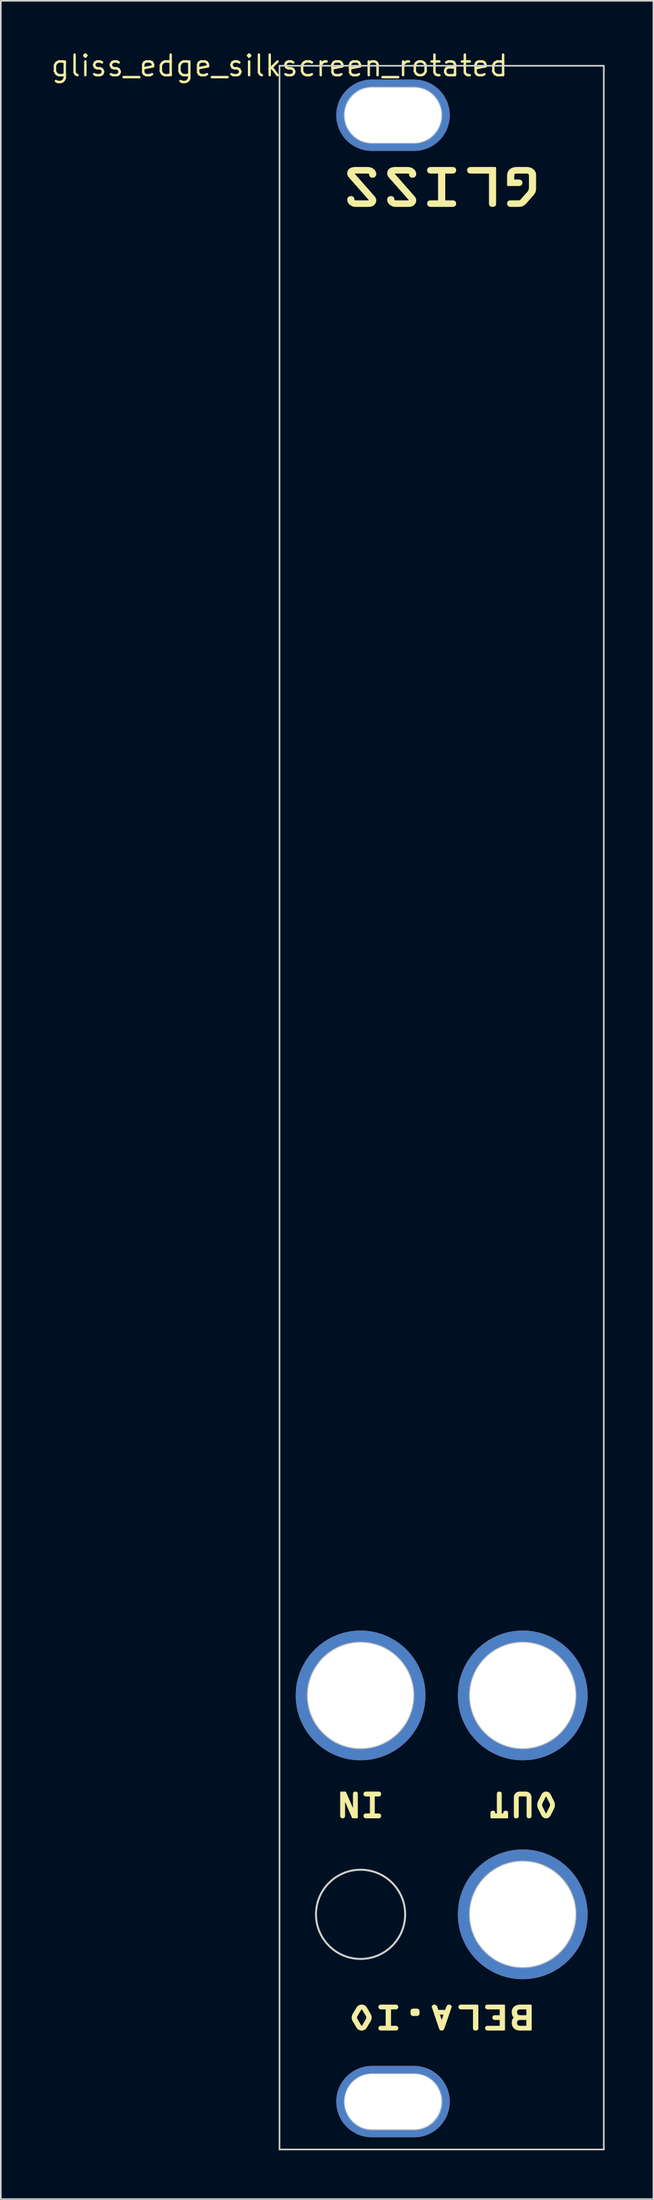
<source format=kicad_pcb>
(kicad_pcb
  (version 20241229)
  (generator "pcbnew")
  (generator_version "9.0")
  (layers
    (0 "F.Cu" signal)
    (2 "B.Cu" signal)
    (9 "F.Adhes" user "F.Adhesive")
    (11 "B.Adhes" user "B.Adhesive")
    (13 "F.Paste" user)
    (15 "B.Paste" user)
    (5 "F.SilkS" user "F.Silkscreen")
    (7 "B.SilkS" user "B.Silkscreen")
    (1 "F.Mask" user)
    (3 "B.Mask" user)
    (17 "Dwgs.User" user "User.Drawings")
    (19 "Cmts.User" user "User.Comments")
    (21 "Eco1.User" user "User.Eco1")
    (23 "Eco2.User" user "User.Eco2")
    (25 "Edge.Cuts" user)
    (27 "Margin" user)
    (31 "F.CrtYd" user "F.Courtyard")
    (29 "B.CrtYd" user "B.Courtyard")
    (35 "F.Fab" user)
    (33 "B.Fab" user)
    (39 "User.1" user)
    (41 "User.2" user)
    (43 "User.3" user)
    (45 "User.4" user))
  (footprint "gliss_edge_silkscreen_rotated"
    (layer "F.Cu")
    (at 14.189 1.006)
    (property "Reference" "gliss_edge_silkscreen_rotated" (at 0 0 180) (layer "F.SilkS") (effects (font (size 1.27 1.27) (thickness 0.15))))
    (attr through_hole)
    (fp_poly (pts (xy 12.09 121.117) (xy 12.083 121.117) (xy 12.076 121.116) (xy 12.069 121.115) (xy 12.062 121.114) (xy 12.056 121.113) (xy 12.05 121.112) (xy 12.045 121.111) (xy 12.04 121.109) (xy 12.035 121.107) (xy 12.03 121.105) (xy 12.025 121.103) (xy 12.021 121.1) (xy 12.017 121.098) (xy 12.013 121.095) (xy 12.01 121.092) (xy 12.006 121.089) (xy 12.003 121.085) (xy 12 121.082) (xy 11.998 121.078) (xy 11.995 121.074) (xy 11.993 121.07) (xy 11.991 121.066) (xy 11.99 121.062) (xy 11.988 121.057) (xy 11.987 121.052) (xy 11.986 121.047) (xy 11.985 121.042) (xy 11.984 121.037) (xy 11.984 121.032) (xy 11.983 121.026) (xy 11.983 121.021) (xy 11.983 119.81) (xy 11.198 119.81) (xy 11.187 119.809) (xy 11.176 119.808) (xy 11.165 119.807) (xy 11.16 119.806) (xy 11.155 119.804) (xy 11.15 119.803) (xy 11.145 119.801) (xy 11.14 119.8) (xy 11.136 119.798) (xy 11.131 119.795) (xy 11.127 119.793) (xy 11.123 119.79) (xy 11.119 119.788) (xy 11.115 119.785) (xy 11.111 119.781) (xy 11.108 119.778) (xy 11.104 119.774) (xy 11.101 119.771) (xy 11.098 119.766) (xy 11.096 119.762) (xy 11.093 119.758) (xy 11.091 119.753) (xy 11.089 119.748) (xy 11.088 119.743) (xy 11.086 119.737) (xy 11.085 119.732) (xy 11.084 119.726) (xy 11.084 119.72) (xy 11.084 119.713) (xy 11.084 119.707) (xy 11.084 119.701) (xy 11.085 119.695) (xy 11.086 119.689) (xy 11.088 119.684) (xy 11.089 119.679) (xy 11.091 119.674) (xy 11.093 119.669) (xy 11.096 119.665) (xy 11.098 119.66) (xy 11.101 119.656) (xy 11.104 119.652) (xy 11.108 119.649) (xy 11.111 119.645) (xy 11.115 119.642) (xy 11.119 119.639) (xy 11.123 119.636) (xy 11.127 119.634) (xy 11.131 119.631) (xy 11.136 119.629) (xy 11.145 119.625) (xy 11.155 119.622) (xy 11.165 119.62) (xy 11.176 119.618) (xy 11.187 119.617) (xy 11.198 119.617) (xy 12.212 119.617) (xy 12.212 121.021) (xy 12.211 121.032) (xy 12.21 121.042) (xy 12.209 121.047) (xy 12.208 121.052) (xy 12.207 121.057) (xy 12.205 121.062) (xy 12.204 121.066) (xy 12.202 121.07) (xy 12.199 121.074) (xy 12.197 121.078) (xy 12.195 121.082) (xy 12.192 121.085) (xy 12.189 121.089) (xy 12.185 121.092) (xy 12.182 121.095) (xy 12.178 121.098) (xy 12.174 121.1) (xy 12.17 121.103) (xy 12.165 121.105) (xy 12.16 121.107) (xy 12.155 121.109) (xy 12.15 121.111) (xy 12.144 121.112) (xy 12.138 121.113) (xy 12.132 121.114) (xy 12.126 121.115) (xy 12.112 121.117) (xy 12.097 121.117)) (stroke (width 0.1) (type solid)) (fill yes) (layer "F.SilkS"))
    (fp_poly (pts (xy 13.127 8.652) (xy 13.116 8.651) (xy 13.106 8.65) (xy 13.096 8.649) (xy 13.086 8.648) (xy 13.077 8.646) (xy 13.068 8.644) (xy 13.06 8.642) (xy 13.052 8.639) (xy 13.044 8.636) (xy 13.037 8.633) (xy 13.03 8.629) (xy 13.024 8.625) (xy 13.018 8.621) (xy 13.012 8.617) (xy 13.007 8.612) (xy 13.002 8.607) (xy 12.997 8.602) (xy 12.993 8.597) (xy 12.989 8.591) (xy 12.985 8.585) (xy 12.982 8.578) (xy 12.979 8.572) (xy 12.977 8.565) (xy 12.974 8.558) (xy 12.973 8.55) (xy 12.971 8.542) (xy 12.97 8.534) (xy 12.969 8.526) (xy 12.968 8.518) (xy 12.967 8.5) (xy 12.967 6.596) (xy 11.791 6.596) (xy 11.774 6.596) (xy 11.758 6.594) (xy 11.742 6.592) (xy 11.734 6.59) (xy 11.727 6.588) (xy 11.719 6.586) (xy 11.712 6.583) (xy 11.705 6.58) (xy 11.698 6.577) (xy 11.691 6.574) (xy 11.684 6.57) (xy 11.678 6.566) (xy 11.672 6.562) (xy 11.666 6.557) (xy 11.661 6.552) (xy 11.655 6.546) (xy 11.651 6.541) (xy 11.646 6.535) (xy 11.642 6.528) (xy 11.638 6.522) (xy 11.634 6.515) (xy 11.631 6.507) (xy 11.628 6.499) (xy 11.626 6.491) (xy 11.624 6.483) (xy 11.622 6.474) (xy 11.621 6.464) (xy 11.62 6.455) (xy 11.62 6.445) (xy 11.62 6.435) (xy 11.621 6.425) (xy 11.622 6.416) (xy 11.624 6.407) (xy 11.626 6.398) (xy 11.628 6.39) (xy 11.631 6.383) (xy 11.634 6.375) (xy 11.638 6.368) (xy 11.642 6.361) (xy 11.646 6.355) (xy 11.651 6.349) (xy 11.655 6.343) (xy 11.661 6.338) (xy 11.666 6.333) (xy 11.672 6.328) (xy 11.678 6.324) (xy 11.684 6.32) (xy 11.691 6.316) (xy 11.698 6.312) (xy 11.705 6.309) (xy 11.712 6.306) (xy 11.727 6.302) (xy 11.742 6.298) (xy 11.758 6.295) (xy 11.774 6.294) (xy 11.791 6.293) (xy 13.309 6.293) (xy 13.309 8.5) (xy 13.309 8.518) (xy 13.307 8.534) (xy 13.306 8.542) (xy 13.304 8.55) (xy 13.302 8.558) (xy 13.3 8.565) (xy 13.297 8.572) (xy 13.294 8.578) (xy 13.291 8.585) (xy 13.288 8.591) (xy 13.284 8.597) (xy 13.28 8.602) (xy 13.275 8.607) (xy 13.27 8.612) (xy 13.265 8.617) (xy 13.259 8.621) (xy 13.253 8.625) (xy 13.247 8.629) (xy 13.24 8.633) (xy 13.233 8.636) (xy 13.225 8.639) (xy 13.217 8.642) (xy 13.209 8.644) (xy 13.2 8.646) (xy 13.191 8.648) (xy 13.181 8.649) (xy 13.171 8.65) (xy 13.161 8.651) (xy 13.138 8.652)) (stroke (width 0.1) (type solid)) (fill yes) (layer "F.SilkS"))
    (fp_poly (pts (xy 3.996 106.821) (xy 3.994 106.821) (xy 3.992 107.927) (xy 3.991 107.938) (xy 3.99 107.949) (xy 3.99 107.955) (xy 3.989 107.96) (xy 3.987 107.965) (xy 3.986 107.969) (xy 3.985 107.974) (xy 3.983 107.978) (xy 3.981 107.982) (xy 3.979 107.986) (xy 3.977 107.99) (xy 3.974 107.994) (xy 3.972 107.997) (xy 3.969 108) (xy 3.966 108.004) (xy 3.962 108.006) (xy 3.959 108.009) (xy 3.955 108.012) (xy 3.951 108.014) (xy 3.947 108.016) (xy 3.942 108.018) (xy 3.938 108.02) (xy 3.933 108.021) (xy 3.928 108.023) (xy 3.922 108.024) (xy 3.917 108.025) (xy 3.911 108.025) (xy 3.905 108.026) (xy 3.899 108.026) (xy 3.892 108.026) (xy 3.885 108.026) (xy 3.879 108.026) (xy 3.873 108.025) (xy 3.867 108.025) (xy 3.861 108.024) (xy 3.856 108.023) (xy 3.851 108.021) (xy 3.846 108.02) (xy 3.841 108.018) (xy 3.837 108.016) (xy 3.833 108.014) (xy 3.829 108.012) (xy 3.825 108.009) (xy 3.822 108.006) (xy 3.818 108.004) (xy 3.815 108) (xy 3.812 107.997) (xy 3.81 107.994) (xy 3.807 107.99) (xy 3.805 107.986) (xy 3.803 107.982) (xy 3.801 107.978) (xy 3.799 107.974) (xy 3.798 107.969) (xy 3.796 107.965) (xy 3.795 107.96) (xy 3.794 107.955) (xy 3.794 107.949) (xy 3.793 107.938) (xy 3.792 107.927) (xy 3.792 106.479) (xy 4.055 106.479) (xy 4.576 107.672) (xy 4.576 107.674) (xy 4.58 107.674) (xy 4.58 106.58) (xy 4.58 106.568) (xy 4.581 106.557) (xy 4.582 106.552) (xy 4.583 106.547) (xy 4.584 106.542) (xy 4.585 106.538) (xy 4.587 106.533) (xy 4.589 106.529) (xy 4.591 106.525) (xy 4.593 106.521) (xy 4.595 106.517) (xy 4.597 106.513) (xy 4.6 106.51) (xy 4.603 106.506) (xy 4.606 106.503) (xy 4.609 106.5) (xy 4.613 106.498) (xy 4.617 106.495) (xy 4.621 106.493) (xy 4.625 106.491) (xy 4.629 106.489) (xy 4.634 106.487) (xy 4.639 106.486) (xy 4.644 106.484) (xy 4.649 106.483) (xy 4.655 106.482) (xy 4.661 106.481) (xy 4.667 106.481) (xy 4.673 106.481) (xy 4.68 106.48) (xy 4.686 106.481) (xy 4.693 106.481) (xy 4.699 106.481) (xy 4.705 106.482) (xy 4.71 106.483) (xy 4.716 106.484) (xy 4.721 106.486) (xy 4.726 106.487) (xy 4.73 106.489) (xy 4.735 106.491) (xy 4.739 106.493) (xy 4.743 106.495) (xy 4.747 106.498) (xy 4.75 106.5) (xy 4.753 106.503) (xy 4.757 106.506) (xy 4.759 106.51) (xy 4.762 106.513) (xy 4.765 106.517) (xy 4.767 106.521) (xy 4.769 106.525) (xy 4.771 106.529) (xy 4.772 106.533) (xy 4.774 106.538) (xy 4.775 106.542) (xy 4.776 106.547) (xy 4.777 106.552) (xy 4.778 106.557) (xy 4.779 106.568) (xy 4.779 106.58) (xy 4.779 108.028) (xy 4.516 108.028)) (stroke (width 0.1) (type solid)) (fill yes) (layer "F.SilkS"))
    (fp_poly (pts (xy 8.257 120.218) (xy 8.248 120.218) (xy 8.239 120.218) (xy 8.231 120.217) (xy 8.224 120.217) (xy 8.216 120.215) (xy 8.209 120.214) (xy 8.201 120.212) (xy 8.194 120.21) (xy 8.191 120.208) (xy 8.188 120.207) (xy 8.184 120.205) (xy 8.181 120.203) (xy 8.178 120.201) (xy 8.175 120.199) (xy 8.171 120.197) (xy 8.168 120.194) (xy 8.165 120.191) (xy 8.162 120.188) (xy 8.159 120.185) (xy 8.156 120.182) (xy 8.152 120.177) (xy 8.148 120.171) (xy 8.144 120.166) (xy 8.141 120.161) (xy 8.139 120.156) (xy 8.137 120.151) (xy 8.135 120.146) (xy 8.134 120.141) (xy 8.133 120.136) (xy 8.132 120.131) (xy 8.132 120.126) (xy 8.131 120.12) (xy 8.131 120.114) (xy 8.131 120.108) (xy 8.131 120.095) (xy 8.131 119.987) (xy 8.131 119.974) (xy 8.131 119.968) (xy 8.131 119.962) (xy 8.132 119.957) (xy 8.132 119.951) (xy 8.133 119.946) (xy 8.134 119.941) (xy 8.135 119.936) (xy 8.137 119.931) (xy 8.139 119.926) (xy 8.141 119.921) (xy 8.144 119.916) (xy 8.148 119.911) (xy 8.152 119.906) (xy 8.156 119.9) (xy 8.162 119.894) (xy 8.168 119.888) (xy 8.175 119.883) (xy 8.181 119.879) (xy 8.188 119.876) (xy 8.194 119.873) (xy 8.201 119.87) (xy 8.209 119.868) (xy 8.216 119.867) (xy 8.224 119.866) (xy 8.231 119.865) (xy 8.239 119.864) (xy 8.257 119.864) (xy 8.275 119.864) (xy 8.439 119.864) (xy 8.457 119.864) (xy 8.466 119.864) (xy 8.474 119.864) (xy 8.482 119.865) (xy 8.49 119.866) (xy 8.498 119.867) (xy 8.505 119.868) (xy 8.512 119.87) (xy 8.519 119.873) (xy 8.523 119.874) (xy 8.526 119.876) (xy 8.53 119.877) (xy 8.533 119.879) (xy 8.536 119.881) (xy 8.539 119.883) (xy 8.542 119.886) (xy 8.546 119.888) (xy 8.549 119.891) (xy 8.552 119.894) (xy 8.555 119.897) (xy 8.558 119.9) (xy 8.562 119.906) (xy 8.566 119.911) (xy 8.569 119.916) (xy 8.572 119.921) (xy 8.575 119.926) (xy 8.577 119.931) (xy 8.578 119.936) (xy 8.58 119.941) (xy 8.581 119.946) (xy 8.582 119.951) (xy 8.582 119.957) (xy 8.583 119.962) (xy 8.583 119.968) (xy 8.583 119.974) (xy 8.583 119.987) (xy 8.583 120.095) (xy 8.583 120.108) (xy 8.583 120.114) (xy 8.583 120.12) (xy 8.582 120.126) (xy 8.582 120.131) (xy 8.581 120.136) (xy 8.58 120.141) (xy 8.578 120.146) (xy 8.577 120.151) (xy 8.575 120.156) (xy 8.572 120.161) (xy 8.569 120.166) (xy 8.566 120.171) (xy 8.562 120.177) (xy 8.558 120.182) (xy 8.552 120.188) (xy 8.546 120.194) (xy 8.539 120.199) (xy 8.533 120.203) (xy 8.526 120.207) (xy 8.519 120.21) (xy 8.512 120.212) (xy 8.505 120.214) (xy 8.498 120.215) (xy 8.49 120.217) (xy 8.482 120.217) (xy 8.474 120.218) (xy 8.457 120.218) (xy 8.439 120.219) (xy 8.275 120.219)) (stroke (width 0.1) (type solid)) (fill yes) (layer "F.SilkS"))
    (fp_poly (pts (xy 9.995 121.117) (xy 9.989 121.116) (xy 9.982 121.116) (xy 9.976 121.115) (xy 9.97 121.114) (xy 9.965 121.112) (xy 9.959 121.11) (xy 9.954 121.109) (xy 9.949 121.107) (xy 9.945 121.104) (xy 9.94 121.102) (xy 9.936 121.099) (xy 9.932 121.096) (xy 9.928 121.093) (xy 9.924 121.09) (xy 9.921 121.087) (xy 9.917 121.083) (xy 9.914 121.079) (xy 9.908 121.072) (xy 9.903 121.064) (xy 9.898 121.055) (xy 9.894 121.046) (xy 9.89 121.037) (xy 9.887 121.028) (xy 9.884 121.019) (xy 9.443 119.713) (xy 9.442 119.709) (xy 9.441 119.705) (xy 9.44 119.7) (xy 9.44 119.696) (xy 9.441 119.692) (xy 9.442 119.687) (xy 9.443 119.683) (xy 9.444 119.679) (xy 9.446 119.675) (xy 9.448 119.67) (xy 9.451 119.666) (xy 9.454 119.662) (xy 9.457 119.659) (xy 9.46 119.655) (xy 9.464 119.651) (xy 9.468 119.648) (xy 9.476 119.641) (xy 9.486 119.635) (xy 9.496 119.63) (xy 9.506 119.625) (xy 9.517 119.622) (xy 9.523 119.62) (xy 9.529 119.619) (xy 9.535 119.618) (xy 9.541 119.617) (xy 9.547 119.617) (xy 9.553 119.617) (xy 9.559 119.617) (xy 9.565 119.617) (xy 9.572 119.618) (xy 9.577 119.619) (xy 9.583 119.62) (xy 9.589 119.622) (xy 9.594 119.624) (xy 9.599 119.625) (xy 9.604 119.628) (xy 9.609 119.63) (xy 9.614 119.632) (xy 9.618 119.635) (xy 9.623 119.638) (xy 9.627 119.641) (xy 9.631 119.644) (xy 9.635 119.648) (xy 9.638 119.651) (xy 9.642 119.655) (xy 9.648 119.662) (xy 9.654 119.67) (xy 9.66 119.679) (xy 9.665 119.687) (xy 9.669 119.696) (xy 9.673 119.705) (xy 9.676 119.713) (xy 9.76 119.945) (xy 10.247 119.945) (xy 10.333 119.713) (xy 10.337 119.705) (xy 10.34 119.696) (xy 10.345 119.687) (xy 10.349 119.679) (xy 10.355 119.67) (xy 10.361 119.662) (xy 10.367 119.655) (xy 10.374 119.648) (xy 10.378 119.644) (xy 10.382 119.641) (xy 10.386 119.638) (xy 10.391 119.635) (xy 10.395 119.632) (xy 10.4 119.63) (xy 10.405 119.628) (xy 10.41 119.625) (xy 10.415 119.624) (xy 10.42 119.622) (xy 10.426 119.62) (xy 10.432 119.619) (xy 10.438 119.618) (xy 10.444 119.617) (xy 10.45 119.617) (xy 10.457 119.617) (xy 10.463 119.617) (xy 10.469 119.617) (xy 10.474 119.618) (xy 10.48 119.619) (xy 10.486 119.62) (xy 10.492 119.622) (xy 10.497 119.624) (xy 10.503 119.625) (xy 10.508 119.628) (xy 10.514 119.63) (xy 10.519 119.632) (xy 10.524 119.635) (xy 10.528 119.638) (xy 10.533 119.641) (xy 10.537 119.644) (xy 10.541 119.648) (xy 10.545 119.651) (xy 10.549 119.655) (xy 10.552 119.659) (xy 10.555 119.662) (xy 10.558 119.666) (xy 10.561 119.67) (xy 10.563 119.675) (xy 10.565 119.679) (xy 10.566 119.683) (xy 10.567 119.687) (xy 10.568 119.692) (xy 10.569 119.696) (xy 10.569 119.7) (xy 10.568 119.705) (xy 10.567 119.709) (xy 10.566 119.713) (xy 10.421 120.137) (xy 10.183 120.137) (xy 9.824 120.137) (xy 10 120.66) (xy 10.005 120.66) (xy 10.183 120.137) (xy 10.421 120.137) (xy 10.119 121.019) (xy 10.115 121.028) (xy 10.111 121.038) (xy 10.107 121.047) (xy 10.103 121.056) (xy 10.098 121.064) (xy 10.093 121.073) (xy 10.087 121.08) (xy 10.084 121.084) (xy 10.081 121.087) (xy 10.078 121.091) (xy 10.074 121.094) (xy 10.07 121.097) (xy 10.066 121.1) (xy 10.062 121.102) (xy 10.058 121.105) (xy 10.053 121.107) (xy 10.049 121.109) (xy 10.044 121.111) (xy 10.039 121.112) (xy 10.033 121.114) (xy 10.028 121.115) (xy 10.022 121.116) (xy 10.015 121.116) (xy 10.009 121.117) (xy 10.002 121.117)) (stroke (width 0.1) (type solid)) (fill yes) (layer "F.SilkS"))
    (fp_poly (pts (xy 12.832 121.117) (xy 12.821 121.116) (xy 12.811 121.114) (xy 12.805 121.113) (xy 12.8 121.112) (xy 12.795 121.11) (xy 12.79 121.109) (xy 12.786 121.107) (xy 12.781 121.105) (xy 12.777 121.103) (xy 12.772 121.1) (xy 12.768 121.098) (xy 12.764 121.095) (xy 12.76 121.092) (xy 12.756 121.089) (xy 12.753 121.085) (xy 12.75 121.082) (xy 12.746 121.078) (xy 12.744 121.074) (xy 12.741 121.069) (xy 12.739 121.065) (xy 12.736 121.06) (xy 12.735 121.055) (xy 12.733 121.05) (xy 12.732 121.045) (xy 12.731 121.039) (xy 12.73 121.033) (xy 12.729 121.027) (xy 12.729 121.021) (xy 12.729 121.014) (xy 12.73 121.008) (xy 12.731 121.002) (xy 12.732 120.996) (xy 12.733 120.991) (xy 12.735 120.986) (xy 12.736 120.981) (xy 12.739 120.976) (xy 12.741 120.972) (xy 12.744 120.967) (xy 12.746 120.963) (xy 12.75 120.96) (xy 12.753 120.956) (xy 12.756 120.953) (xy 12.76 120.949) (xy 12.764 120.946) (xy 12.768 120.944) (xy 12.772 120.941) (xy 12.777 120.939) (xy 12.781 120.936) (xy 12.79 120.933) (xy 12.8 120.929) (xy 12.811 120.927) (xy 12.821 120.925) (xy 12.832 120.924) (xy 12.843 120.924) (xy 13.629 120.924) (xy 13.629 120.463) (xy 13.293 120.463) (xy 13.282 120.463) (xy 13.271 120.462) (xy 13.26 120.46) (xy 13.255 120.459) (xy 13.25 120.458) (xy 13.245 120.457) (xy 13.24 120.455) (xy 13.235 120.453) (xy 13.231 120.451) (xy 13.226 120.449) (xy 13.222 120.447) (xy 13.218 120.444) (xy 13.214 120.441) (xy 13.21 120.438) (xy 13.206 120.435) (xy 13.203 120.432) (xy 13.199 120.428) (xy 13.196 120.424) (xy 13.193 120.42) (xy 13.191 120.416) (xy 13.188 120.411) (xy 13.186 120.407) (xy 13.184 120.402) (xy 13.183 120.396) (xy 13.181 120.391) (xy 13.18 120.385) (xy 13.179 120.379) (xy 13.179 120.373) (xy 13.179 120.367) (xy 13.179 120.361) (xy 13.179 120.354) (xy 13.18 120.349) (xy 13.181 120.343) (xy 13.183 120.337) (xy 13.184 120.332) (xy 13.186 120.327) (xy 13.188 120.323) (xy 13.191 120.318) (xy 13.193 120.314) (xy 13.196 120.31) (xy 13.199 120.306) (xy 13.203 120.302) (xy 13.206 120.299) (xy 13.21 120.296) (xy 13.214 120.293) (xy 13.218 120.29) (xy 13.222 120.287) (xy 13.226 120.285) (xy 13.231 120.283) (xy 13.24 120.279) (xy 13.25 120.276) (xy 13.26 120.273) (xy 13.271 120.272) (xy 13.282 120.271) (xy 13.293 120.271) (xy 13.629 120.271) (xy 13.629 119.81) (xy 12.843 119.81) (xy 12.832 119.809) (xy 12.821 119.808) (xy 12.811 119.807) (xy 12.805 119.806) (xy 12.8 119.804) (xy 12.795 119.803) (xy 12.79 119.801) (xy 12.786 119.8) (xy 12.781 119.798) (xy 12.777 119.795) (xy 12.772 119.793) (xy 12.768 119.79) (xy 12.764 119.788) (xy 12.76 119.785) (xy 12.756 119.781) (xy 12.753 119.778) (xy 12.75 119.774) (xy 12.746 119.771) (xy 12.744 119.766) (xy 12.741 119.762) (xy 12.739 119.758) (xy 12.736 119.753) (xy 12.735 119.748) (xy 12.733 119.743) (xy 12.732 119.737) (xy 12.731 119.732) (xy 12.73 119.726) (xy 12.729 119.72) (xy 12.729 119.713) (xy 12.729 119.707) (xy 12.73 119.701) (xy 12.731 119.695) (xy 12.732 119.689) (xy 12.733 119.684) (xy 12.735 119.679) (xy 12.736 119.674) (xy 12.739 119.669) (xy 12.741 119.665) (xy 12.744 119.66) (xy 12.746 119.656) (xy 12.75 119.652) (xy 12.753 119.649) (xy 12.756 119.645) (xy 12.76 119.642) (xy 12.764 119.639) (xy 12.768 119.636) (xy 12.772 119.634) (xy 12.777 119.631) (xy 12.781 119.629) (xy 12.79 119.625) (xy 12.8 119.622) (xy 12.811 119.62) (xy 12.821 119.618) (xy 12.832 119.617) (xy 12.843 119.617) (xy 13.857 119.617) (xy 13.857 121.117) (xy 12.843 121.117)) (stroke (width 0.1) (type solid)) (fill yes) (layer "F.SilkS"))
    (fp_poly (pts (xy 13.06 107.758) (xy 13.061 107.746) (xy 13.062 107.735) (xy 13.063 107.73) (xy 13.064 107.725) (xy 13.065 107.72) (xy 13.066 107.715) (xy 13.067 107.711) (xy 13.069 107.706) (xy 13.071 107.702) (xy 13.073 107.698) (xy 13.075 107.694) (xy 13.078 107.691) (xy 13.081 107.687) (xy 13.083 107.684) (xy 13.087 107.681) (xy 13.09 107.678) (xy 13.093 107.675) (xy 13.097 107.673) (xy 13.101 107.67) (xy 13.105 107.668) (xy 13.11 107.666) (xy 13.114 107.665) (xy 13.119 107.663) (xy 13.125 107.662) (xy 13.13 107.661) (xy 13.136 107.66) (xy 13.141 107.659) (xy 13.148 107.658) (xy 13.154 107.658) (xy 13.161 107.658) (xy 13.167 107.658) (xy 13.174 107.658) (xy 13.18 107.659) (xy 13.185 107.66) (xy 13.191 107.661) (xy 13.196 107.662) (xy 13.202 107.663) (xy 13.207 107.665) (xy 13.211 107.666) (xy 13.216 107.668) (xy 13.22 107.67) (xy 13.224 107.673) (xy 13.228 107.675) (xy 13.231 107.678) (xy 13.234 107.681) (xy 13.238 107.684) (xy 13.24 107.687) (xy 13.243 107.691) (xy 13.246 107.694) (xy 13.248 107.698) (xy 13.25 107.702) (xy 13.252 107.706) (xy 13.254 107.711) (xy 13.255 107.715) (xy 13.256 107.72) (xy 13.257 107.725) (xy 13.258 107.73) (xy 13.259 107.735) (xy 13.26 107.746) (xy 13.261 107.758) (xy 13.261 107.829) (xy 13.455 107.829) (xy 13.455 106.578) (xy 13.455 106.567) (xy 13.456 106.556) (xy 13.457 106.55) (xy 13.458 106.545) (xy 13.459 106.54) (xy 13.46 106.536) (xy 13.462 106.531) (xy 13.463 106.527) (xy 13.465 106.523) (xy 13.467 106.519) (xy 13.47 106.515) (xy 13.472 106.511) (xy 13.475 106.508) (xy 13.478 106.504) (xy 13.481 106.501) (xy 13.484 106.499) (xy 13.488 106.496) (xy 13.491 106.493) (xy 13.495 106.491) (xy 13.5 106.489) (xy 13.504 106.487) (xy 13.509 106.485) (xy 13.514 106.484) (xy 13.519 106.482) (xy 13.524 106.481) (xy 13.53 106.48) (xy 13.536 106.48) (xy 13.542 106.479) (xy 13.548 106.479) (xy 13.555 106.479) (xy 13.561 106.479) (xy 13.568 106.479) (xy 13.574 106.48) (xy 13.58 106.48) (xy 13.585 106.481) (xy 13.591 106.482) (xy 13.596 106.484) (xy 13.601 106.485) (xy 13.605 106.487) (xy 13.61 106.489) (xy 13.614 106.491) (xy 13.618 106.493) (xy 13.622 106.496) (xy 13.625 106.498) (xy 13.629 106.501) (xy 13.632 106.504) (xy 13.635 106.508) (xy 13.637 106.511) (xy 13.64 106.515) (xy 13.642 106.519) (xy 13.644 106.523) (xy 13.646 106.527) (xy 13.648 106.531) (xy 13.649 106.536) (xy 13.651 106.54) (xy 13.652 106.545) (xy 13.653 106.55) (xy 13.653 106.556) (xy 13.654 106.567) (xy 13.655 106.578) (xy 13.655 107.829) (xy 13.849 107.829) (xy 13.849 107.758) (xy 13.849 107.746) (xy 13.85 107.735) (xy 13.851 107.73) (xy 13.852 107.725) (xy 13.853 107.72) (xy 13.854 107.715) (xy 13.856 107.711) (xy 13.857 107.706) (xy 13.859 107.702) (xy 13.861 107.698) (xy 13.864 107.694) (xy 13.866 107.691) (xy 13.869 107.687) (xy 13.872 107.684) (xy 13.875 107.681) (xy 13.878 107.678) (xy 13.882 107.675) (xy 13.886 107.673) (xy 13.889 107.67) (xy 13.894 107.668) (xy 13.898 107.666) (xy 13.903 107.665) (xy 13.908 107.663) (xy 13.913 107.662) (xy 13.918 107.661) (xy 13.924 107.66) (xy 13.93 107.659) (xy 13.936 107.658) (xy 13.942 107.658) (xy 13.949 107.658) (xy 13.955 107.658) (xy 13.962 107.658) (xy 13.968 107.659) (xy 13.974 107.66) (xy 13.979 107.661) (xy 13.985 107.662) (xy 13.99 107.663) (xy 13.995 107.665) (xy 13.999 107.666) (xy 14.004 107.668) (xy 14.008 107.67) (xy 14.012 107.673) (xy 14.016 107.675) (xy 14.019 107.678) (xy 14.023 107.681) (xy 14.026 107.684) (xy 14.029 107.687) (xy 14.031 107.691) (xy 14.034 107.694) (xy 14.036 107.698) (xy 14.038 107.702) (xy 14.04 107.706) (xy 14.042 107.711) (xy 14.043 107.715) (xy 14.045 107.72) (xy 14.046 107.725) (xy 14.047 107.73) (xy 14.047 107.735) (xy 14.049 107.746) (xy 14.049 107.758) (xy 14.049 108.029) (xy 13.06 108.029)) (stroke (width 0.1) (type solid)) (fill yes) (layer "F.SilkS"))
    (fp_poly (pts (xy 14.832 121.116) (xy 14.802 121.115) (xy 14.773 121.112) (xy 14.746 121.109) (xy 14.719 121.105) (xy 14.693 121.099) (xy 14.669 121.093) (xy 14.645 121.086) (xy 14.623 121.077) (xy 14.601 121.068) (xy 14.58 121.058) (xy 14.561 121.048) (xy 14.542 121.036) (xy 14.525 121.024) (xy 14.508 121.01) (xy 14.493 120.996) (xy 14.478 120.981) (xy 14.465 120.966) (xy 14.452 120.949) (xy 14.441 120.932) (xy 14.43 120.914) (xy 14.42 120.895) (xy 14.411 120.876) (xy 14.404 120.856) (xy 14.397 120.835) (xy 14.391 120.814) (xy 14.386 120.792) (xy 14.382 120.769) (xy 14.379 120.745) (xy 14.376 120.721) (xy 14.375 120.697) (xy 14.374 120.672) (xy 14.375 120.651) (xy 14.376 120.63) (xy 14.378 120.61) (xy 14.381 120.59) (xy 14.385 120.57) (xy 14.39 120.55) (xy 14.397 120.53) (xy 14.404 120.511) (xy 14.414 120.492) (xy 14.424 120.474) (xy 14.437 120.455) (xy 14.451 120.437) (xy 14.458 120.428) (xy 14.466 120.419) (xy 14.484 120.401) (xy 14.504 120.384) (xy 14.525 120.367) (xy 14.502 120.347) (xy 14.481 120.328) (xy 14.463 120.308) (xy 14.447 120.289) (xy 14.433 120.269) (xy 14.42 120.248) (xy 14.41 120.228) (xy 14.401 120.207) (xy 14.394 120.186) (xy 14.388 120.164) (xy 14.383 120.141) (xy 14.38 120.118) (xy 14.377 120.094) (xy 14.376 120.07) (xy 14.375 120.044) (xy 14.374 120.018) (xy 14.375 119.995) (xy 14.377 119.972) (xy 14.38 119.95) (xy 14.384 119.928) (xy 14.389 119.907) (xy 14.395 119.887) (xy 14.402 119.868) (xy 14.41 119.849) (xy 14.419 119.831) (xy 14.429 119.813) (xy 14.441 119.796) (xy 14.453 119.78) (xy 14.466 119.765) (xy 14.48 119.75) (xy 14.494 119.736) (xy 14.51 119.723) (xy 14.527 119.71) (xy 14.544 119.698) (xy 14.562 119.687) (xy 14.581 119.677) (xy 14.601 119.668) (xy 14.621 119.659) (xy 14.642 119.651) (xy 14.664 119.644) (xy 14.71 119.632) (xy 14.759 119.624) (xy 14.81 119.619) (xy 14.863 119.617) (xy 15.502 119.617) (xy 15.502 119.81) (xy 15.274 119.81) (xy 14.863 119.81) (xy 14.833 119.81) (xy 14.805 119.813) (xy 14.791 119.814) (xy 14.778 119.816) (xy 14.765 119.819) (xy 14.753 119.822) (xy 14.741 119.825) (xy 14.73 119.829) (xy 14.719 119.833) (xy 14.708 119.837) (xy 14.698 119.842) (xy 14.689 119.847) (xy 14.68 119.853) (xy 14.671 119.859) (xy 14.663 119.865) (xy 14.656 119.872) (xy 14.648 119.88) (xy 14.642 119.888) (xy 14.636 119.896) (xy 14.63 119.905) (xy 14.625 119.914) (xy 14.62 119.924) (xy 14.616 119.934) (xy 14.613 119.944) (xy 14.61 119.955) (xy 14.607 119.967) (xy 14.605 119.979) (xy 14.604 119.991) (xy 14.603 120.004) (xy 14.603 120.018) (xy 14.603 120.047) (xy 14.605 120.075) (xy 14.609 120.101) (xy 14.611 120.114) (xy 14.614 120.126) (xy 14.618 120.137) (xy 14.621 120.148) (xy 14.626 120.159) (xy 14.63 120.169) (xy 14.636 120.179) (xy 14.642 120.188) (xy 14.648 120.197) (xy 14.655 120.205) (xy 14.663 120.213) (xy 14.671 120.22) (xy 14.68 120.227) (xy 14.689 120.233) (xy 14.7 120.239) (xy 14.711 120.245) (xy 14.722 120.249) (xy 14.735 120.254) (xy 14.748 120.258) (xy 14.762 120.261) (xy 14.777 120.264) (xy 14.792 120.266) (xy 14.809 120.268) (xy 14.826 120.269) (xy 14.844 120.27) (xy 14.863 120.271) (xy 15.274 120.271) (xy 15.274 119.81) (xy 15.502 119.81) (xy 15.502 120.463) (xy 15.274 120.463) (xy 14.863 120.463) (xy 14.833 120.464) (xy 14.805 120.466) (xy 14.791 120.468) (xy 14.778 120.47) (xy 14.765 120.472) (xy 14.753 120.475) (xy 14.741 120.478) (xy 14.73 120.482) (xy 14.719 120.486) (xy 14.708 120.491) (xy 14.698 120.495) (xy 14.689 120.501) (xy 14.68 120.506) (xy 14.671 120.512) (xy 14.663 120.519) (xy 14.656 120.526) (xy 14.648 120.533) (xy 14.642 120.541) (xy 14.636 120.55) (xy 14.63 120.558) (xy 14.625 120.568) (xy 14.62 120.577) (xy 14.616 120.587) (xy 14.613 120.598) (xy 14.61 120.609) (xy 14.607 120.621) (xy 14.605 120.633) (xy 14.604 120.645) (xy 14.603 120.658) (xy 14.603 120.672) (xy 14.603 120.701) (xy 14.605 120.729) (xy 14.609 120.755) (xy 14.611 120.767) (xy 14.614 120.779) (xy 14.618 120.791) (xy 14.621 120.802) (xy 14.626 120.812) (xy 14.63 120.823) (xy 14.636 120.832) (xy 14.642 120.842) (xy 14.648 120.85) (xy 14.655 120.859) (xy 14.663 120.866) (xy 14.671 120.874) (xy 14.68 120.881) (xy 14.689 120.887) (xy 14.7 120.893) (xy 14.711 120.898) (xy 14.722 120.903) (xy 14.735 120.907) (xy 14.748 120.911) (xy 14.762 120.915) (xy 14.777 120.918) (xy 14.792 120.92) (xy 14.809 120.922) (xy 14.826 120.923) (xy 14.844 120.924) (xy 14.863 120.924) (xy 15.274 120.924) (xy 15.274 120.463) (xy 15.502 120.463) (xy 15.502 121.117) (xy 14.863 121.117)) (stroke (width 0.1) (type solid)) (fill yes) (layer "F.SilkS"))
    (fp_poly (pts (xy 6.251 121.117) (xy 6.24 121.116) (xy 6.229 121.114) (xy 6.224 121.113) (xy 6.219 121.112) (xy 6.214 121.11) (xy 6.209 121.109) (xy 6.204 121.107) (xy 6.2 121.105) (xy 6.195 121.103) (xy 6.191 121.1) (xy 6.186 121.098) (xy 6.182 121.095) (xy 6.179 121.092) (xy 6.175 121.089) (xy 6.171 121.085) (xy 6.168 121.082) (xy 6.165 121.078) (xy 6.162 121.074) (xy 6.16 121.069) (xy 6.157 121.065) (xy 6.155 121.06) (xy 6.153 121.055) (xy 6.151 121.05) (xy 6.15 121.045) (xy 6.149 121.039) (xy 6.148 121.033) (xy 6.148 121.027) (xy 6.148 121.021) (xy 6.148 121.014) (xy 6.148 121.008) (xy 6.149 121.002) (xy 6.15 120.996) (xy 6.151 120.991) (xy 6.153 120.986) (xy 6.155 120.981) (xy 6.157 120.976) (xy 6.16 120.972) (xy 6.162 120.967) (xy 6.165 120.963) (xy 6.168 120.96) (xy 6.171 120.956) (xy 6.175 120.953) (xy 6.179 120.949) (xy 6.182 120.946) (xy 6.186 120.944) (xy 6.191 120.941) (xy 6.195 120.939) (xy 6.2 120.936) (xy 6.209 120.933) (xy 6.219 120.929) (xy 6.229 120.927) (xy 6.24 120.925) (xy 6.251 120.924) (xy 6.262 120.924) (xy 6.597 120.924) (xy 6.597 119.81) (xy 6.262 119.81) (xy 6.251 119.809) (xy 6.24 119.808) (xy 6.229 119.807) (xy 6.224 119.806) (xy 6.219 119.804) (xy 6.214 119.803) (xy 6.209 119.801) (xy 6.204 119.8) (xy 6.2 119.798) (xy 6.195 119.795) (xy 6.191 119.793) (xy 6.186 119.79) (xy 6.182 119.788) (xy 6.179 119.785) (xy 6.175 119.781) (xy 6.171 119.778) (xy 6.168 119.774) (xy 6.165 119.77) (xy 6.162 119.766) (xy 6.16 119.762) (xy 6.157 119.758) (xy 6.155 119.753) (xy 6.153 119.748) (xy 6.151 119.743) (xy 6.15 119.737) (xy 6.149 119.732) (xy 6.148 119.726) (xy 6.148 119.72) (xy 6.148 119.713) (xy 6.148 119.707) (xy 6.148 119.701) (xy 6.149 119.695) (xy 6.15 119.689) (xy 6.151 119.684) (xy 6.153 119.679) (xy 6.155 119.674) (xy 6.157 119.669) (xy 6.16 119.664) (xy 6.162 119.66) (xy 6.165 119.656) (xy 6.168 119.652) (xy 6.171 119.649) (xy 6.175 119.645) (xy 6.179 119.642) (xy 6.182 119.639) (xy 6.186 119.636) (xy 6.191 119.634) (xy 6.195 119.631) (xy 6.2 119.629) (xy 6.209 119.625) (xy 6.219 119.622) (xy 6.229 119.62) (xy 6.24 119.618) (xy 6.251 119.617) (xy 6.262 119.617) (xy 7.161 119.617) (xy 7.172 119.617) (xy 7.183 119.618) (xy 7.194 119.62) (xy 7.199 119.621) (xy 7.204 119.622) (xy 7.209 119.624) (xy 7.214 119.625) (xy 7.219 119.627) (xy 7.224 119.629) (xy 7.228 119.631) (xy 7.232 119.634) (xy 7.237 119.636) (xy 7.241 119.639) (xy 7.245 119.642) (xy 7.248 119.645) (xy 7.252 119.649) (xy 7.255 119.652) (xy 7.258 119.656) (xy 7.261 119.66) (xy 7.264 119.664) (xy 7.266 119.669) (xy 7.268 119.674) (xy 7.27 119.679) (xy 7.272 119.684) (xy 7.273 119.689) (xy 7.274 119.695) (xy 7.275 119.701) (xy 7.275 119.707) (xy 7.275 119.713) (xy 7.275 119.72) (xy 7.275 119.726) (xy 7.274 119.732) (xy 7.273 119.737) (xy 7.272 119.743) (xy 7.27 119.748) (xy 7.268 119.753) (xy 7.266 119.758) (xy 7.264 119.762) (xy 7.261 119.766) (xy 7.258 119.77) (xy 7.255 119.774) (xy 7.252 119.778) (xy 7.248 119.781) (xy 7.245 119.785) (xy 7.241 119.788) (xy 7.237 119.79) (xy 7.232 119.793) (xy 7.228 119.795) (xy 7.224 119.798) (xy 7.214 119.801) (xy 7.204 119.804) (xy 7.194 119.807) (xy 7.183 119.808) (xy 7.172 119.809) (xy 7.161 119.81) (xy 6.826 119.81) (xy 6.826 120.924) (xy 7.161 120.924) (xy 7.172 120.924) (xy 7.183 120.925) (xy 7.194 120.927) (xy 7.199 120.928) (xy 7.204 120.929) (xy 7.209 120.931) (xy 7.214 120.933) (xy 7.219 120.934) (xy 7.224 120.936) (xy 7.228 120.939) (xy 7.232 120.941) (xy 7.237 120.944) (xy 7.241 120.946) (xy 7.245 120.949) (xy 7.248 120.953) (xy 7.252 120.956) (xy 7.255 120.96) (xy 7.258 120.963) (xy 7.261 120.967) (xy 7.264 120.972) (xy 7.266 120.976) (xy 7.268 120.981) (xy 7.27 120.986) (xy 7.272 120.991) (xy 7.273 120.996) (xy 7.274 121.002) (xy 7.275 121.008) (xy 7.275 121.014) (xy 7.275 121.021) (xy 7.275 121.027) (xy 7.275 121.033) (xy 7.274 121.039) (xy 7.273 121.045) (xy 7.272 121.05) (xy 7.27 121.055) (xy 7.268 121.06) (xy 7.266 121.065) (xy 7.264 121.069) (xy 7.261 121.074) (xy 7.258 121.078) (xy 7.255 121.082) (xy 7.252 121.085) (xy 7.248 121.089) (xy 7.245 121.092) (xy 7.241 121.095) (xy 7.237 121.098) (xy 7.232 121.1) (xy 7.228 121.103) (xy 7.224 121.105) (xy 7.214 121.109) (xy 7.204 121.112) (xy 7.194 121.114) (xy 7.183 121.116) (xy 7.172 121.117) (xy 7.161 121.117) (xy 6.262 121.117)) (stroke (width 0.1) (type solid)) (fill yes) (layer "F.SilkS"))
    (fp_poly (pts (xy 5.322 108.028) (xy 5.312 108.027) (xy 5.303 108.025) (xy 5.294 108.023) (xy 5.289 108.021) (xy 5.285 108.02) (xy 5.281 108.018) (xy 5.277 108.016) (xy 5.273 108.013) (xy 5.269 108.011) (xy 5.265 108.008) (xy 5.262 108.005) (xy 5.259 108.002) (xy 5.255 107.999) (xy 5.252 107.995) (xy 5.249 107.992) (xy 5.247 107.988) (xy 5.244 107.984) (xy 5.242 107.979) (xy 5.24 107.975) (xy 5.238 107.97) (xy 5.236 107.965) (xy 5.235 107.959) (xy 5.234 107.954) (xy 5.233 107.948) (xy 5.232 107.942) (xy 5.232 107.935) (xy 5.232 107.929) (xy 5.232 107.922) (xy 5.232 107.916) (xy 5.233 107.91) (xy 5.234 107.904) (xy 5.235 107.898) (xy 5.236 107.893) (xy 5.238 107.888) (xy 5.24 107.883) (xy 5.242 107.878) (xy 5.244 107.874) (xy 5.247 107.87) (xy 5.249 107.866) (xy 5.252 107.862) (xy 5.255 107.859) (xy 5.259 107.855) (xy 5.262 107.852) (xy 5.266 107.849) (xy 5.269 107.847) (xy 5.273 107.844) (xy 5.277 107.842) (xy 5.281 107.84) (xy 5.285 107.838) (xy 5.289 107.836) (xy 5.294 107.835) (xy 5.303 107.832) (xy 5.312 107.831) (xy 5.322 107.83) (xy 5.331 107.829) (xy 5.624 107.829) (xy 5.624 106.679) (xy 5.331 106.679) (xy 5.322 106.679) (xy 5.312 106.678) (xy 5.303 106.676) (xy 5.294 106.674) (xy 5.289 106.672) (xy 5.285 106.671) (xy 5.281 106.669) (xy 5.277 106.667) (xy 5.273 106.665) (xy 5.269 106.662) (xy 5.265 106.659) (xy 5.262 106.657) (xy 5.259 106.653) (xy 5.255 106.65) (xy 5.252 106.647) (xy 5.249 106.643) (xy 5.247 106.639) (xy 5.244 106.635) (xy 5.242 106.63) (xy 5.24 106.626) (xy 5.238 106.621) (xy 5.236 106.616) (xy 5.235 106.61) (xy 5.234 106.605) (xy 5.233 106.599) (xy 5.232 106.593) (xy 5.232 106.587) (xy 5.232 106.58) (xy 5.232 106.573) (xy 5.232 106.567) (xy 5.233 106.561) (xy 5.234 106.555) (xy 5.235 106.55) (xy 5.236 106.544) (xy 5.238 106.539) (xy 5.24 106.534) (xy 5.242 106.53) (xy 5.244 106.525) (xy 5.247 106.521) (xy 5.249 106.517) (xy 5.252 106.513) (xy 5.255 106.51) (xy 5.259 106.506) (xy 5.262 106.503) (xy 5.265 106.5) (xy 5.269 106.498) (xy 5.273 106.495) (xy 5.277 106.493) (xy 5.281 106.491) (xy 5.285 106.489) (xy 5.289 106.487) (xy 5.294 106.486) (xy 5.303 106.484) (xy 5.312 106.482) (xy 5.322 106.481) (xy 5.331 106.48) (xy 6.117 106.48) (xy 6.127 106.481) (xy 6.136 106.482) (xy 6.146 106.484) (xy 6.155 106.486) (xy 6.159 106.487) (xy 6.163 106.489) (xy 6.167 106.491) (xy 6.171 106.493) (xy 6.175 106.495) (xy 6.179 106.498) (xy 6.183 106.5) (xy 6.186 106.503) (xy 6.19 106.506) (xy 6.193 106.51) (xy 6.196 106.513) (xy 6.199 106.517) (xy 6.202 106.521) (xy 6.204 106.525) (xy 6.206 106.53) (xy 6.208 106.534) (xy 6.21 106.539) (xy 6.212 106.544) (xy 6.213 106.55) (xy 6.215 106.555) (xy 6.216 106.561) (xy 6.216 106.567) (xy 6.217 106.573) (xy 6.217 106.58) (xy 6.217 106.587) (xy 6.216 106.593) (xy 6.216 106.599) (xy 6.215 106.605) (xy 6.213 106.61) (xy 6.212 106.616) (xy 6.21 106.621) (xy 6.208 106.626) (xy 6.206 106.63) (xy 6.204 106.635) (xy 6.202 106.639) (xy 6.199 106.643) (xy 6.196 106.647) (xy 6.193 106.65) (xy 6.19 106.654) (xy 6.186 106.657) (xy 6.183 106.659) (xy 6.179 106.662) (xy 6.175 106.665) (xy 6.171 106.667) (xy 6.167 106.669) (xy 6.163 106.671) (xy 6.159 106.673) (xy 6.155 106.674) (xy 6.146 106.676) (xy 6.136 106.678) (xy 6.127 106.679) (xy 6.117 106.679) (xy 5.824 106.679) (xy 5.824 107.829) (xy 6.117 107.829) (xy 6.127 107.83) (xy 6.136 107.831) (xy 6.146 107.832) (xy 6.155 107.835) (xy 6.159 107.836) (xy 6.163 107.838) (xy 6.167 107.84) (xy 6.171 107.842) (xy 6.175 107.844) (xy 6.179 107.847) (xy 6.183 107.849) (xy 6.186 107.852) (xy 6.19 107.855) (xy 6.193 107.859) (xy 6.196 107.862) (xy 6.199 107.866) (xy 6.202 107.87) (xy 6.204 107.874) (xy 6.206 107.878) (xy 6.208 107.883) (xy 6.21 107.888) (xy 6.212 107.893) (xy 6.213 107.898) (xy 6.215 107.904) (xy 6.216 107.91) (xy 6.216 107.916) (xy 6.217 107.922) (xy 6.217 107.929) (xy 6.217 107.935) (xy 6.216 107.942) (xy 6.216 107.948) (xy 6.215 107.954) (xy 6.213 107.959) (xy 6.212 107.965) (xy 6.21 107.97) (xy 6.208 107.975) (xy 6.206 107.979) (xy 6.204 107.984) (xy 6.202 107.988) (xy 6.199 107.992) (xy 6.196 107.996) (xy 6.193 107.999) (xy 6.19 108.002) (xy 6.186 108.005) (xy 6.183 108.008) (xy 6.179 108.011) (xy 6.175 108.013) (xy 6.171 108.016) (xy 6.167 108.018) (xy 6.163 108.02) (xy 6.159 108.021) (xy 6.155 108.023) (xy 6.146 108.025) (xy 6.136 108.027) (xy 6.127 108.028) (xy 6.117 108.028) (xy 5.331 108.028)) (stroke (width 0.1) (type solid)) (fill yes) (layer "F.SilkS"))
    (fp_poly (pts (xy 9.31 8.651) (xy 9.293 8.65) (xy 9.277 8.647) (xy 9.27 8.645) (xy 9.262 8.643) (xy 9.254 8.641) (xy 9.247 8.639) (xy 9.24 8.636) (xy 9.233 8.633) (xy 9.226 8.629) (xy 9.22 8.625) (xy 9.213 8.621) (xy 9.207 8.617) (xy 9.202 8.612) (xy 9.196 8.607) (xy 9.191 8.602) (xy 9.186 8.596) (xy 9.181 8.59) (xy 9.177 8.584) (xy 9.173 8.577) (xy 9.169 8.57) (xy 9.166 8.562) (xy 9.163 8.555) (xy 9.161 8.546) (xy 9.159 8.538) (xy 9.157 8.529) (xy 9.156 8.52) (xy 9.155 8.51) (xy 9.155 8.5) (xy 9.155 8.49) (xy 9.156 8.48) (xy 9.157 8.471) (xy 9.159 8.462) (xy 9.161 8.454) (xy 9.163 8.446) (xy 9.166 8.438) (xy 9.169 8.43) (xy 9.173 8.423) (xy 9.177 8.417) (xy 9.181 8.41) (xy 9.186 8.404) (xy 9.191 8.399) (xy 9.196 8.393) (xy 9.202 8.388) (xy 9.207 8.383) (xy 9.213 8.379) (xy 9.22 8.375) (xy 9.226 8.371) (xy 9.233 8.368) (xy 9.24 8.365) (xy 9.247 8.362) (xy 9.262 8.357) (xy 9.277 8.353) (xy 9.293 8.351) (xy 9.31 8.349) (xy 9.326 8.349) (xy 9.829 8.349) (xy 9.829 6.596) (xy 9.326 6.596) (xy 9.31 6.596) (xy 9.293 6.594) (xy 9.277 6.592) (xy 9.27 6.59) (xy 9.262 6.588) (xy 9.254 6.586) (xy 9.247 6.583) (xy 9.24 6.58) (xy 9.233 6.577) (xy 9.226 6.574) (xy 9.22 6.57) (xy 9.213 6.566) (xy 9.207 6.562) (xy 9.202 6.557) (xy 9.196 6.552) (xy 9.191 6.546) (xy 9.186 6.541) (xy 9.181 6.535) (xy 9.177 6.528) (xy 9.173 6.522) (xy 9.169 6.515) (xy 9.166 6.507) (xy 9.163 6.499) (xy 9.161 6.491) (xy 9.159 6.483) (xy 9.157 6.474) (xy 9.156 6.465) (xy 9.155 6.455) (xy 9.155 6.445) (xy 9.155 6.435) (xy 9.156 6.425) (xy 9.157 6.416) (xy 9.159 6.407) (xy 9.161 6.398) (xy 9.163 6.39) (xy 9.166 6.383) (xy 9.169 6.375) (xy 9.173 6.368) (xy 9.177 6.361) (xy 9.181 6.355) (xy 9.186 6.349) (xy 9.191 6.343) (xy 9.196 6.338) (xy 9.202 6.333) (xy 9.207 6.328) (xy 9.213 6.324) (xy 9.22 6.32) (xy 9.226 6.316) (xy 9.233 6.312) (xy 9.24 6.309) (xy 9.247 6.306) (xy 9.262 6.302) (xy 9.277 6.298) (xy 9.293 6.295) (xy 9.31 6.294) (xy 9.326 6.293) (xy 10.674 6.293) (xy 10.69 6.294) (xy 10.706 6.295) (xy 10.722 6.298) (xy 10.73 6.3) (xy 10.738 6.302) (xy 10.745 6.304) (xy 10.753 6.306) (xy 10.76 6.309) (xy 10.767 6.312) (xy 10.774 6.316) (xy 10.78 6.32) (xy 10.786 6.324) (xy 10.792 6.328) (xy 10.798 6.333) (xy 10.804 6.338) (xy 10.809 6.343) (xy 10.814 6.349) (xy 10.819 6.355) (xy 10.823 6.361) (xy 10.827 6.368) (xy 10.83 6.375) (xy 10.834 6.383) (xy 10.836 6.39) (xy 10.839 6.398) (xy 10.841 6.407) (xy 10.842 6.416) (xy 10.844 6.425) (xy 10.844 6.435) (xy 10.845 6.445) (xy 10.844 6.455) (xy 10.844 6.464) (xy 10.842 6.474) (xy 10.841 6.483) (xy 10.839 6.491) (xy 10.836 6.499) (xy 10.834 6.507) (xy 10.83 6.515) (xy 10.827 6.522) (xy 10.823 6.528) (xy 10.819 6.535) (xy 10.814 6.541) (xy 10.809 6.546) (xy 10.804 6.552) (xy 10.798 6.557) (xy 10.792 6.562) (xy 10.786 6.566) (xy 10.78 6.57) (xy 10.774 6.574) (xy 10.767 6.577) (xy 10.76 6.58) (xy 10.753 6.583) (xy 10.738 6.588) (xy 10.722 6.592) (xy 10.706 6.594) (xy 10.69 6.596) (xy 10.674 6.596) (xy 10.171 6.596) (xy 10.171 8.349) (xy 10.674 8.349) (xy 10.69 8.349) (xy 10.706 8.351) (xy 10.722 8.353) (xy 10.73 8.355) (xy 10.738 8.357) (xy 10.745 8.359) (xy 10.753 8.362) (xy 10.76 8.365) (xy 10.767 8.368) (xy 10.774 8.371) (xy 10.78 8.375) (xy 10.786 8.379) (xy 10.792 8.383) (xy 10.798 8.388) (xy 10.804 8.393) (xy 10.809 8.399) (xy 10.814 8.404) (xy 10.819 8.41) (xy 10.823 8.417) (xy 10.827 8.423) (xy 10.83 8.43) (xy 10.834 8.438) (xy 10.836 8.446) (xy 10.839 8.454) (xy 10.841 8.462) (xy 10.842 8.471) (xy 10.844 8.48) (xy 10.844 8.49) (xy 10.845 8.5) (xy 10.844 8.51) (xy 10.844 8.52) (xy 10.842 8.529) (xy 10.841 8.538) (xy 10.839 8.546) (xy 10.836 8.555) (xy 10.834 8.562) (xy 10.83 8.57) (xy 10.827 8.577) (xy 10.823 8.584) (xy 10.819 8.59) (xy 10.814 8.596) (xy 10.809 8.602) (xy 10.804 8.607) (xy 10.798 8.612) (xy 10.792 8.617) (xy 10.786 8.621) (xy 10.78 8.625) (xy 10.774 8.629) (xy 10.767 8.632) (xy 10.76 8.636) (xy 10.753 8.639) (xy 10.738 8.643) (xy 10.722 8.647) (xy 10.706 8.65) (xy 10.69 8.651) (xy 10.674 8.652) (xy 9.326 8.652)) (stroke (width 0.1) (type solid)) (fill yes) (layer "F.SilkS"))
    (fp_poly (pts (xy 14.596 108.028) (xy 14.589 108.028) (xy 14.583 108.028) (xy 14.577 108.027) (xy 14.572 108.026) (xy 14.566 108.025) (xy 14.561 108.023) (xy 14.556 108.022) (xy 14.552 108.02) (xy 14.547 108.018) (xy 14.543 108.016) (xy 14.539 108.014) (xy 14.535 108.011) (xy 14.532 108.009) (xy 14.529 108.006) (xy 14.525 108.003) (xy 14.523 107.999) (xy 14.52 107.996) (xy 14.517 107.992) (xy 14.515 107.988) (xy 14.513 107.984) (xy 14.511 107.98) (xy 14.509 107.976) (xy 14.508 107.971) (xy 14.507 107.967) (xy 14.505 107.962) (xy 14.505 107.957) (xy 14.504 107.952) (xy 14.503 107.941) (xy 14.502 107.929) (xy 14.502 106.817) (xy 14.503 106.8) (xy 14.503 106.784) (xy 14.504 106.768) (xy 14.505 106.752) (xy 14.507 106.736) (xy 14.509 106.721) (xy 14.512 106.707) (xy 14.516 106.692) (xy 14.52 106.678) (xy 14.525 106.663) (xy 14.532 106.649) (xy 14.539 106.635) (xy 14.547 106.622) (xy 14.556 106.608) (xy 14.567 106.594) (xy 14.578 106.58) (xy 14.592 106.566) (xy 14.605 106.553) (xy 14.619 106.542) (xy 14.633 106.532) (xy 14.647 106.522) (xy 14.661 106.514) (xy 14.676 106.507) (xy 14.691 106.5) (xy 14.707 106.495) (xy 14.723 106.49) (xy 14.739 106.486) (xy 14.755 106.484) (xy 14.772 106.481) (xy 14.79 106.48) (xy 14.808 106.479) (xy 14.827 106.479) (xy 15.167 106.479) (xy 15.185 106.479) (xy 15.203 106.48) (xy 15.221 106.481) (xy 15.238 106.484) (xy 15.254 106.486) (xy 15.271 106.49) (xy 15.286 106.495) (xy 15.302 106.5) (xy 15.317 106.507) (xy 15.332 106.514) (xy 15.346 106.522) (xy 15.36 106.532) (xy 15.374 106.542) (xy 15.388 106.553) (xy 15.401 106.566) (xy 15.415 106.58) (xy 15.426 106.594) (xy 15.437 106.608) (xy 15.446 106.622) (xy 15.454 106.635) (xy 15.462 106.649) (xy 15.468 106.663) (xy 15.473 106.678) (xy 15.477 106.692) (xy 15.481 106.707) (xy 15.484 106.721) (xy 15.486 106.736) (xy 15.488 106.752) (xy 15.489 106.768) (xy 15.49 106.784) (xy 15.491 106.817) (xy 15.491 107.929) (xy 15.49 107.941) (xy 15.489 107.952) (xy 15.489 107.957) (xy 15.488 107.962) (xy 15.487 107.967) (xy 15.485 107.971) (xy 15.484 107.976) (xy 15.482 107.98) (xy 15.48 107.984) (xy 15.478 107.988) (xy 15.476 107.992) (xy 15.473 107.996) (xy 15.471 107.999) (xy 15.468 108.003) (xy 15.465 108.006) (xy 15.461 108.009) (xy 15.458 108.011) (xy 15.454 108.014) (xy 15.45 108.016) (xy 15.446 108.018) (xy 15.441 108.02) (xy 15.437 108.022) (xy 15.432 108.023) (xy 15.427 108.025) (xy 15.421 108.026) (xy 15.416 108.027) (xy 15.41 108.028) (xy 15.404 108.028) (xy 15.397 108.028) (xy 15.391 108.029) (xy 15.384 108.028) (xy 15.378 108.028) (xy 15.372 108.028) (xy 15.366 108.027) (xy 15.36 108.026) (xy 15.355 108.025) (xy 15.35 108.023) (xy 15.345 108.022) (xy 15.34 108.02) (xy 15.336 108.018) (xy 15.331 108.016) (xy 15.327 108.014) (xy 15.324 108.011) (xy 15.32 108.009) (xy 15.317 108.006) (xy 15.314 108.003) (xy 15.311 107.999) (xy 15.308 107.996) (xy 15.306 107.992) (xy 15.303 107.988) (xy 15.301 107.984) (xy 15.299 107.98) (xy 15.298 107.976) (xy 15.296 107.971) (xy 15.295 107.967) (xy 15.294 107.962) (xy 15.293 107.957) (xy 15.292 107.952) (xy 15.291 107.941) (xy 15.291 107.929) (xy 15.291 106.817) (xy 15.29 106.797) (xy 15.289 106.779) (xy 15.288 106.771) (xy 15.287 106.763) (xy 15.286 106.755) (xy 15.284 106.748) (xy 15.282 106.742) (xy 15.28 106.735) (xy 15.278 106.73) (xy 15.275 106.724) (xy 15.272 106.719) (xy 15.269 106.714) (xy 15.266 106.71) (xy 15.262 106.706) (xy 15.259 106.702) (xy 15.254 106.698) (xy 15.25 106.695) (xy 15.245 106.692) (xy 15.241 106.69) (xy 15.235 106.688) (xy 15.23 106.686) (xy 15.224 106.684) (xy 15.218 106.682) (xy 15.212 106.681) (xy 15.205 106.68) (xy 15.198 106.679) (xy 15.183 106.678) (xy 15.167 106.678) (xy 14.827 106.678) (xy 14.81 106.678) (xy 14.795 106.679) (xy 14.782 106.681) (xy 14.775 106.682) (xy 14.769 106.684) (xy 14.763 106.686) (xy 14.758 106.688) (xy 14.753 106.69) (xy 14.748 106.692) (xy 14.743 106.695) (xy 14.739 106.698) (xy 14.735 106.702) (xy 14.731 106.706) (xy 14.727 106.71) (xy 14.724 106.714) (xy 14.721 106.719) (xy 14.718 106.724) (xy 14.715 106.73) (xy 14.713 106.735) (xy 14.711 106.742) (xy 14.709 106.748) (xy 14.708 106.755) (xy 14.706 106.763) (xy 14.704 106.779) (xy 14.703 106.797) (xy 14.702 106.817) (xy 14.702 107.929) (xy 14.702 107.941) (xy 14.701 107.952) (xy 14.7 107.957) (xy 14.699 107.962) (xy 14.698 107.967) (xy 14.697 107.971) (xy 14.695 107.976) (xy 14.694 107.98) (xy 14.692 107.984) (xy 14.69 107.988) (xy 14.688 107.992) (xy 14.685 107.996) (xy 14.682 107.999) (xy 14.679 108.003) (xy 14.676 108.006) (xy 14.673 108.009) (xy 14.67 108.011) (xy 14.666 108.014) (xy 14.662 108.016) (xy 14.658 108.018) (xy 14.653 108.02) (xy 14.648 108.022) (xy 14.644 108.023) (xy 14.638 108.025) (xy 14.633 108.026) (xy 14.627 108.027) (xy 14.622 108.028) (xy 14.615 108.028) (xy 14.609 108.028) (xy 14.602 108.029)) (stroke (width 0.1) (type solid)) (fill yes) (layer "F.SilkS"))
    (fp_poly (pts (xy 14.239 8.651) (xy 14.223 8.65) (xy 14.207 8.647) (xy 14.199 8.645) (xy 14.191 8.643) (xy 14.184 8.641) (xy 14.177 8.639) (xy 14.169 8.636) (xy 14.162 8.633) (xy 14.156 8.629) (xy 14.149 8.625) (xy 14.143 8.621) (xy 14.137 8.617) (xy 14.131 8.612) (xy 14.125 8.607) (xy 14.12 8.602) (xy 14.115 8.596) (xy 14.111 8.59) (xy 14.106 8.584) (xy 14.102 8.577) (xy 14.099 8.57) (xy 14.096 8.562) (xy 14.093 8.555) (xy 14.09 8.546) (xy 14.088 8.538) (xy 14.087 8.529) (xy 14.086 8.52) (xy 14.085 8.51) (xy 14.085 8.5) (xy 14.085 8.49) (xy 14.086 8.48) (xy 14.087 8.471) (xy 14.088 8.462) (xy 14.09 8.454) (xy 14.093 8.446) (xy 14.096 8.438) (xy 14.099 8.43) (xy 14.102 8.423) (xy 14.106 8.417) (xy 14.111 8.41) (xy 14.115 8.404) (xy 14.12 8.399) (xy 14.125 8.393) (xy 14.131 8.388) (xy 14.137 8.383) (xy 14.143 8.379) (xy 14.149 8.375) (xy 14.156 8.371) (xy 14.162 8.368) (xy 14.169 8.365) (xy 14.177 8.362) (xy 14.191 8.357) (xy 14.207 8.353) (xy 14.223 8.351) (xy 14.239 8.349) (xy 14.256 8.349) (xy 14.666 8.349) (xy 14.728 8.348) (xy 14.753 8.348) (xy 14.774 8.347) (xy 14.784 8.346) (xy 14.793 8.345) (xy 14.802 8.344) (xy 14.81 8.343) (xy 14.817 8.341) (xy 14.824 8.339) (xy 14.831 8.337) (xy 14.838 8.334) (xy 14.844 8.331) (xy 14.85 8.328) (xy 14.856 8.324) (xy 14.862 8.32) (xy 14.868 8.315) (xy 14.874 8.31) (xy 14.881 8.304) (xy 14.887 8.297) (xy 14.901 8.283) (xy 14.916 8.266) (xy 14.953 8.224) (xy 15.326 7.803) (xy 15.345 7.781) (xy 15.361 7.758) (xy 15.375 7.735) (xy 15.387 7.712) (xy 15.398 7.689) (xy 15.406 7.665) (xy 15.413 7.641) (xy 15.419 7.617) (xy 15.423 7.593) (xy 15.426 7.568) (xy 15.429 7.542) (xy 15.43 7.516) (xy 15.432 7.464) (xy 15.432 7.409) (xy 15.432 6.815) (xy 15.432 6.785) (xy 15.43 6.757) (xy 15.427 6.733) (xy 15.425 6.721) (xy 15.423 6.71) (xy 15.42 6.7) (xy 15.417 6.69) (xy 15.413 6.681) (xy 15.409 6.672) (xy 15.404 6.664) (xy 15.399 6.657) (xy 15.393 6.65) (xy 15.387 6.643) (xy 15.38 6.637) (xy 15.373 6.631) (xy 15.365 6.626) (xy 15.356 6.621) (xy 15.347 6.617) (xy 15.337 6.613) (xy 15.327 6.61) (xy 15.315 6.607) (xy 15.303 6.604) (xy 15.29 6.602) (xy 15.262 6.599) (xy 15.231 6.597) (xy 15.196 6.596) (xy 14.652 6.596) (xy 14.629 6.597) (xy 14.607 6.598) (xy 14.586 6.599) (xy 14.565 6.602) (xy 14.555 6.604) (xy 14.545 6.606) (xy 14.536 6.608) (xy 14.527 6.611) (xy 14.518 6.614) (xy 14.509 6.617) (xy 14.501 6.621) (xy 14.493 6.625) (xy 14.486 6.63) (xy 14.479 6.635) (xy 14.472 6.64) (xy 14.466 6.646) (xy 14.46 6.652) (xy 14.454 6.658) (xy 14.449 6.665) (xy 14.445 6.673) (xy 14.44 6.681) (xy 14.437 6.69) (xy 14.434 6.699) (xy 14.431 6.709) (xy 14.429 6.719) (xy 14.428 6.73) (xy 14.427 6.742) (xy 14.427 6.754) (xy 14.427 7.063) (xy 14.758 7.063) (xy 14.775 7.064) (xy 14.791 7.065) (xy 14.807 7.068) (xy 14.815 7.07) (xy 14.823 7.072) (xy 14.83 7.074) (xy 14.837 7.076) (xy 14.845 7.079) (xy 14.851 7.082) (xy 14.858 7.086) (xy 14.865 7.09) (xy 14.871 7.094) (xy 14.877 7.098) (xy 14.883 7.103) (xy 14.888 7.108) (xy 14.894 7.113) (xy 14.899 7.119) (xy 14.903 7.125) (xy 14.908 7.131) (xy 14.911 7.138) (xy 14.915 7.145) (xy 14.918 7.152) (xy 14.921 7.16) (xy 14.924 7.168) (xy 14.926 7.177) (xy 14.927 7.186) (xy 14.928 7.195) (xy 14.929 7.205) (xy 14.929 7.215) (xy 14.929 7.225) (xy 14.928 7.234) (xy 14.927 7.244) (xy 14.926 7.253) (xy 14.924 7.261) (xy 14.921 7.269) (xy 14.918 7.277) (xy 14.915 7.285) (xy 14.911 7.292) (xy 14.908 7.298) (xy 14.903 7.305) (xy 14.899 7.311) (xy 14.894 7.316) (xy 14.888 7.322) (xy 14.883 7.327) (xy 14.877 7.331) (xy 14.871 7.336) (xy 14.865 7.34) (xy 14.858 7.344) (xy 14.851 7.347) (xy 14.845 7.35) (xy 14.837 7.353) (xy 14.823 7.358) (xy 14.807 7.362) (xy 14.791 7.364) (xy 14.775 7.366) (xy 14.758 7.366) (xy 14.085 7.366) (xy 14.085 6.769) (xy 14.085 6.742) (xy 14.087 6.715) (xy 14.09 6.689) (xy 14.095 6.664) (xy 14.1 6.64) (xy 14.107 6.616) (xy 14.115 6.593) (xy 14.124 6.571) (xy 14.135 6.549) (xy 14.146 6.528) (xy 14.159 6.509) (xy 14.172 6.489) (xy 14.187 6.471) (xy 14.202 6.453) (xy 14.219 6.437) (xy 14.236 6.421) (xy 14.255 6.406) (xy 14.274 6.392) (xy 14.295 6.379) (xy 14.316 6.366) (xy 14.338 6.355) (xy 14.361 6.344) (xy 14.385 6.335) (xy 14.409 6.326) (xy 14.435 6.319) (xy 14.461 6.312) (xy 14.487 6.306) (xy 14.515 6.302) (xy 14.572 6.295) (xy 14.632 6.293) (xy 15.22 6.293) (xy 15.249 6.294) (xy 15.277 6.294) (xy 15.304 6.296) (xy 15.331 6.299) (xy 15.357 6.302) (xy 15.382 6.306) (xy 15.407 6.311) (xy 15.431 6.317) (xy 15.454 6.325) (xy 15.478 6.333) (xy 15.501 6.343) (xy 15.523 6.355) (xy 15.546 6.367) (xy 15.568 6.381) (xy 15.591 6.397) (xy 15.613 6.414) (xy 15.638 6.435) (xy 15.659 6.456) (xy 15.679 6.476) (xy 15.696 6.497) (xy 15.711 6.519) (xy 15.724 6.54) (xy 15.735 6.563) (xy 15.745 6.585) (xy 15.753 6.608) (xy 15.759 6.632) (xy 15.764 6.656) (xy 15.768 6.68) (xy 15.771 6.706) (xy 15.773 6.732) (xy 15.774 6.759) (xy 15.774 6.787) (xy 15.774 7.545) (xy 15.773 7.581) (xy 15.772 7.614) (xy 15.769 7.645) (xy 15.764 7.675) (xy 15.759 7.704) (xy 15.752 7.731) (xy 15.744 7.758) (xy 15.734 7.784) (xy 15.722 7.809) (xy 15.71 7.834) (xy 15.695 7.858) (xy 15.679 7.883) (xy 15.661 7.908) (xy 15.641 7.934) (xy 15.62 7.96) (xy 15.596 7.988) (xy 15.193 8.446) (xy 15.167 8.473) (xy 15.142 8.499) (xy 15.117 8.522) (xy 15.091 8.543) (xy 15.066 8.562) (xy 15.04 8.579) (xy 15.013 8.594) (xy 14.985 8.607) (xy 14.957 8.618) (xy 14.927 8.627) (xy 14.896 8.635) (xy 14.863 8.641) (xy 14.829 8.646) (xy 14.793 8.649) (xy 14.754 8.651) (xy 14.714 8.652) (xy 14.256 8.652)) (stroke (width 0.1) (type solid)) (fill yes) (layer "F.SilkS"))
    (fp_poly (pts (xy 5.054 121.117) (xy 5.043 121.116) (xy 5.031 121.115) (xy 5.02 121.114) (xy 5.009 121.112) (xy 4.998 121.11) (xy 4.987 121.108) (xy 4.977 121.105) (xy 4.967 121.102) (xy 4.956 121.099) (xy 4.947 121.095) (xy 4.937 121.091) (xy 4.928 121.086) (xy 4.918 121.082) (xy 4.909 121.077) (xy 4.901 121.072) (xy 4.892 121.066) (xy 4.884 121.061) (xy 4.876 121.055) (xy 4.868 121.049) (xy 4.852 121.036) (xy 4.838 121.022) (xy 4.825 121.007) (xy 4.812 120.992) (xy 4.801 120.976) (xy 4.79 120.959) (xy 4.562 120.575) (xy 4.554 120.561) (xy 4.547 120.548) (xy 4.54 120.535) (xy 4.534 120.522) (xy 4.529 120.509) (xy 4.524 120.496) (xy 4.52 120.484) (xy 4.516 120.471) (xy 4.513 120.458) (xy 4.51 120.445) (xy 4.507 120.432) (xy 4.506 120.419) (xy 4.504 120.405) (xy 4.503 120.391) (xy 4.503 120.376) (xy 4.502 120.361) (xy 4.503 120.344) (xy 4.504 120.328) (xy 4.505 120.312) (xy 4.508 120.297) (xy 4.511 120.283) (xy 4.514 120.269) (xy 4.518 120.255) (xy 4.523 120.241) (xy 4.528 120.228) (xy 4.534 120.215) (xy 4.54 120.201) (xy 4.547 120.188) (xy 4.561 120.16) (xy 4.578 120.132) (xy 4.788 119.777) (xy 4.798 119.76) (xy 4.81 119.743) (xy 4.822 119.728) (xy 4.836 119.713) (xy 4.85 119.699) (xy 4.865 119.686) (xy 4.881 119.673) (xy 4.898 119.662) (xy 4.916 119.652) (xy 4.934 119.643) (xy 4.954 119.635) (xy 4.975 119.629) (xy 4.996 119.624) (xy 5.019 119.62) (xy 5.042 119.618) (xy 5.066 119.617) (xy 5.079 119.617) (xy 5.091 119.618) (xy 5.102 119.619) (xy 5.114 119.62) (xy 5.125 119.622) (xy 5.136 119.624) (xy 5.147 119.626) (xy 5.158 119.629) (xy 5.168 119.632) (xy 5.178 119.635) (xy 5.188 119.639) (xy 5.198 119.643) (xy 5.208 119.647) (xy 5.217 119.652) (xy 5.226 119.657) (xy 5.235 119.662) (xy 5.243 119.668) (xy 5.251 119.673) (xy 5.26 119.679) (xy 5.267 119.686) (xy 5.275 119.692) (xy 5.283 119.699) (xy 5.297 119.713) (xy 5.31 119.728) (xy 5.323 119.743) (xy 5.334 119.76) (xy 5.345 119.777) (xy 5.555 120.132) (xy 5.571 120.16) (xy 5.586 120.188) (xy 5.592 120.201) (xy 5.599 120.215) (xy 5.604 120.228) (xy 5.61 120.241) (xy 5.614 120.255) (xy 5.618 120.269) (xy 5.622 120.283) (xy 5.625 120.297) (xy 5.627 120.312) (xy 5.629 120.328) (xy 5.63 120.344) (xy 5.63 120.361) (xy 5.402 120.361) (xy 5.402 120.352) (xy 5.401 120.343) (xy 5.401 120.334) (xy 5.399 120.326) (xy 5.398 120.318) (xy 5.396 120.31) (xy 5.394 120.302) (xy 5.392 120.295) (xy 5.389 120.287) (xy 5.387 120.28) (xy 5.383 120.272) (xy 5.38 120.265) (xy 5.376 120.257) (xy 5.372 120.249) (xy 5.368 120.242) (xy 5.363 120.234) (xy 5.144 119.868) (xy 5.138 119.857) (xy 5.135 119.852) (xy 5.132 119.847) (xy 5.128 119.842) (xy 5.124 119.837) (xy 5.121 119.833) (xy 5.116 119.829) (xy 5.114 119.827) (xy 5.112 119.825) (xy 5.109 119.823) (xy 5.107 119.821) (xy 5.104 119.819) (xy 5.101 119.818) (xy 5.099 119.816) (xy 5.096 119.815) (xy 5.092 119.814) (xy 5.089 119.813) (xy 5.086 119.812) (xy 5.082 119.811) (xy 5.079 119.811) (xy 5.075 119.81) (xy 5.071 119.81) (xy 5.066 119.81) (xy 5.062 119.81) (xy 5.058 119.81) (xy 5.054 119.811) (xy 5.051 119.811) (xy 5.047 119.812) (xy 5.044 119.813) (xy 5.04 119.814) (xy 5.037 119.815) (xy 5.034 119.816) (xy 5.031 119.818) (xy 5.029 119.819) (xy 5.026 119.821) (xy 5.024 119.823) (xy 5.021 119.825) (xy 5.019 119.826) (xy 5.017 119.829) (xy 5.012 119.833) (xy 5.008 119.837) (xy 5.005 119.842) (xy 5.001 119.847) (xy 4.998 119.852) (xy 4.995 119.857) (xy 4.989 119.868) (xy 4.77 120.234) (xy 4.761 120.249) (xy 4.757 120.257) (xy 4.753 120.265) (xy 4.75 120.272) (xy 4.746 120.28) (xy 4.743 120.287) (xy 4.741 120.295) (xy 4.739 120.302) (xy 4.737 120.31) (xy 4.735 120.318) (xy 4.733 120.326) (xy 4.732 120.334) (xy 4.731 120.343) (xy 4.731 120.352) (xy 4.731 120.361) (xy 4.731 120.373) (xy 4.732 120.384) (xy 4.733 120.394) (xy 4.734 120.405) (xy 4.736 120.414) (xy 4.738 120.424) (xy 4.741 120.433) (xy 4.744 120.442) (xy 4.748 120.451) (xy 4.752 120.46) (xy 4.756 120.469) (xy 4.761 120.478) (xy 4.766 120.488) (xy 4.771 120.497) (xy 4.783 120.517) (xy 4.989 120.866) (xy 4.996 120.878) (xy 4.999 120.883) (xy 5.002 120.888) (xy 5.005 120.893) (xy 5.009 120.898) (xy 5.013 120.903) (xy 5.017 120.907) (xy 5.019 120.909) (xy 5.021 120.911) (xy 5.023 120.912) (xy 5.026 120.914) (xy 5.028 120.915) (xy 5.031 120.917) (xy 5.034 120.918) (xy 5.037 120.919) (xy 5.04 120.92) (xy 5.043 120.921) (xy 5.047 120.922) (xy 5.05 120.923) (xy 5.054 120.923) (xy 5.058 120.924) (xy 5.062 120.924) (xy 5.067 120.924) (xy 5.071 120.924) (xy 5.075 120.924) (xy 5.079 120.923) (xy 5.083 120.923) (xy 5.086 120.922) (xy 5.09 120.921) (xy 5.093 120.92) (xy 5.096 120.919) (xy 5.099 120.918) (xy 5.102 120.917) (xy 5.105 120.915) (xy 5.107 120.914) (xy 5.11 120.912) (xy 5.112 120.911) (xy 5.114 120.909) (xy 5.116 120.907) (xy 5.118 120.905) (xy 5.12 120.903) (xy 5.124 120.898) (xy 5.128 120.893) (xy 5.131 120.888) (xy 5.134 120.883) (xy 5.137 120.878) (xy 5.144 120.866) (xy 5.35 120.517) (xy 5.362 120.497) (xy 5.367 120.488) (xy 5.372 120.478) (xy 5.377 120.469) (xy 5.381 120.46) (xy 5.385 120.451) (xy 5.389 120.442) (xy 5.392 120.433) (xy 5.394 120.424) (xy 5.397 120.414) (xy 5.399 120.404) (xy 5.4 120.394) (xy 5.401 120.384) (xy 5.402 120.373) (xy 5.402 120.361) (xy 5.63 120.361) (xy 5.63 120.376) (xy 5.629 120.391) (xy 5.628 120.405) (xy 5.627 120.419) (xy 5.625 120.432) (xy 5.623 120.445) (xy 5.62 120.458) (xy 5.617 120.471) (xy 5.613 120.484) (xy 5.609 120.496) (xy 5.604 120.509) (xy 5.598 120.522) (xy 5.592 120.535) (xy 5.586 120.548) (xy 5.579 120.561) (xy 5.571 120.575) (xy 5.342 120.959) (xy 5.332 120.976) (xy 5.32 120.992) (xy 5.308 121.007) (xy 5.294 121.022) (xy 5.28 121.036) (xy 5.265 121.049) (xy 5.249 121.061) (xy 5.232 121.072) (xy 5.214 121.082) (xy 5.195 121.091) (xy 5.176 121.099) (xy 5.156 121.105) (xy 5.134 121.11) (xy 5.112 121.114) (xy 5.09 121.116) (xy 5.066 121.117)) (stroke (width 0.1) (type solid)) (fill yes) (layer "F.SilkS"))
    (fp_poly (pts (xy 16.428 108.028) (xy 16.418 108.028) (xy 16.408 108.027) (xy 16.398 108.025) (xy 16.388 108.024) (xy 16.379 108.022) (xy 16.369 108.019) (xy 16.36 108.016) (xy 16.351 108.013) (xy 16.342 108.01) (xy 16.334 108.006) (xy 16.325 108.002) (xy 16.317 107.997) (xy 16.309 107.992) (xy 16.301 107.987) (xy 16.293 107.982) (xy 16.279 107.971) (xy 16.265 107.958) (xy 16.251 107.945) (xy 16.239 107.93) (xy 16.227 107.915) (xy 16.216 107.899) (xy 16.206 107.882) (xy 16.196 107.865) (xy 15.996 107.469) (xy 15.99 107.454) (xy 15.983 107.44) (xy 15.977 107.427) (xy 15.972 107.413) (xy 15.967 107.4) (xy 15.963 107.387) (xy 15.959 107.374) (xy 15.956 107.361) (xy 15.953 107.348) (xy 15.951 107.335) (xy 15.949 107.321) (xy 15.947 107.307) (xy 15.946 107.293) (xy 15.945 107.279) (xy 15.945 107.263) (xy 15.944 107.248) (xy 15.945 107.23) (xy 15.946 107.213) (xy 15.947 107.197) (xy 15.949 107.182) (xy 15.952 107.167) (xy 15.955 107.152) (xy 15.958 107.138) (xy 15.962 107.124) (xy 15.967 107.11) (xy 15.972 107.096) (xy 15.977 107.082) (xy 15.983 107.069) (xy 15.996 107.04) (xy 16.01 107.011) (xy 16.194 106.644) (xy 16.204 106.626) (xy 16.214 106.609) (xy 16.225 106.593) (xy 16.237 106.578) (xy 16.249 106.563) (xy 16.262 106.55) (xy 16.276 106.537) (xy 16.291 106.525) (xy 16.307 106.515) (xy 16.323 106.506) (xy 16.34 106.498) (xy 16.358 106.491) (xy 16.367 106.488) (xy 16.377 106.486) (xy 16.387 106.484) (xy 16.397 106.482) (xy 16.407 106.48) (xy 16.417 106.479) (xy 16.428 106.479) (xy 16.439 106.479) (xy 16.449 106.479) (xy 16.46 106.479) (xy 16.47 106.48) (xy 16.48 106.482) (xy 16.49 106.484) (xy 16.5 106.486) (xy 16.51 106.488) (xy 16.519 106.491) (xy 16.528 106.494) (xy 16.537 106.498) (xy 16.546 106.502) (xy 16.554 106.506) (xy 16.562 106.51) (xy 16.57 106.515) (xy 16.578 106.52) (xy 16.586 106.525) (xy 16.594 106.531) (xy 16.601 106.537) (xy 16.615 106.55) (xy 16.628 106.563) (xy 16.641 106.578) (xy 16.652 106.593) (xy 16.663 106.609) (xy 16.673 106.626) (xy 16.683 106.644) (xy 16.867 107.011) (xy 16.881 107.04) (xy 16.894 107.069) (xy 16.9 107.082) (xy 16.905 107.096) (xy 16.91 107.11) (xy 16.915 107.124) (xy 16.919 107.138) (xy 16.922 107.152) (xy 16.925 107.167) (xy 16.928 107.182) (xy 16.93 107.197) (xy 16.931 107.213) (xy 16.932 107.23) (xy 16.933 107.248) (xy 16.732 107.248) (xy 16.732 107.238) (xy 16.732 107.229) (xy 16.731 107.22) (xy 16.73 107.211) (xy 16.729 107.203) (xy 16.727 107.195) (xy 16.726 107.187) (xy 16.724 107.179) (xy 16.721 107.171) (xy 16.719 107.163) (xy 16.716 107.156) (xy 16.713 107.148) (xy 16.71 107.14) (xy 16.706 107.132) (xy 16.698 107.116) (xy 16.506 106.738) (xy 16.501 106.727) (xy 16.498 106.722) (xy 16.495 106.716) (xy 16.492 106.711) (xy 16.489 106.706) (xy 16.486 106.702) (xy 16.482 106.697) (xy 16.48 106.695) (xy 16.478 106.693) (xy 16.476 106.691) (xy 16.474 106.689) (xy 16.471 106.688) (xy 16.469 106.686) (xy 16.466 106.685) (xy 16.464 106.683) (xy 16.461 106.682) (xy 16.458 106.681) (xy 16.455 106.68) (xy 16.452 106.679) (xy 16.449 106.679) (xy 16.446 106.678) (xy 16.442 106.678) (xy 16.438 106.678) (xy 16.435 106.678) (xy 16.431 106.678) (xy 16.428 106.679) (xy 16.424 106.679) (xy 16.421 106.68) (xy 16.418 106.681) (xy 16.416 106.682) (xy 16.413 106.683) (xy 16.41 106.685) (xy 16.408 106.686) (xy 16.405 106.688) (xy 16.403 106.689) (xy 16.401 106.691) (xy 16.399 106.693) (xy 16.397 106.695) (xy 16.395 106.697) (xy 16.391 106.702) (xy 16.387 106.706) (xy 16.384 106.711) (xy 16.381 106.716) (xy 16.378 106.722) (xy 16.376 106.727) (xy 16.37 106.738) (xy 16.178 107.116) (xy 16.17 107.132) (xy 16.167 107.14) (xy 16.164 107.148) (xy 16.161 107.156) (xy 16.158 107.163) (xy 16.155 107.171) (xy 16.153 107.179) (xy 16.151 107.187) (xy 16.149 107.195) (xy 16.148 107.203) (xy 16.146 107.211) (xy 16.145 107.22) (xy 16.145 107.229) (xy 16.144 107.238) (xy 16.144 107.248) (xy 16.144 107.26) (xy 16.145 107.271) (xy 16.146 107.282) (xy 16.147 107.292) (xy 16.149 107.303) (xy 16.151 107.312) (xy 16.153 107.322) (xy 16.156 107.331) (xy 16.159 107.341) (xy 16.162 107.35) (xy 16.166 107.359) (xy 16.17 107.369) (xy 16.175 107.378) (xy 16.18 107.388) (xy 16.19 107.409) (xy 16.37 107.77) (xy 16.376 107.781) (xy 16.379 107.787) (xy 16.382 107.792) (xy 16.385 107.798) (xy 16.388 107.802) (xy 16.391 107.807) (xy 16.393 107.809) (xy 16.395 107.811) (xy 16.396 107.813) (xy 16.398 107.815) (xy 16.4 107.817) (xy 16.403 107.819) (xy 16.405 107.82) (xy 16.407 107.822) (xy 16.41 107.823) (xy 16.412 107.824) (xy 16.415 107.826) (xy 16.418 107.827) (xy 16.421 107.827) (xy 16.424 107.828) (xy 16.427 107.829) (xy 16.431 107.829) (xy 16.434 107.829) (xy 16.438 107.829) (xy 16.442 107.829) (xy 16.446 107.829) (xy 16.449 107.829) (xy 16.453 107.828) (xy 16.456 107.827) (xy 16.459 107.827) (xy 16.462 107.826) (xy 16.464 107.824) (xy 16.467 107.823) (xy 16.469 107.822) (xy 16.472 107.82) (xy 16.474 107.819) (xy 16.476 107.817) (xy 16.478 107.815) (xy 16.48 107.813) (xy 16.482 107.811) (xy 16.486 107.807) (xy 16.489 107.802) (xy 16.492 107.798) (xy 16.495 107.792) (xy 16.501 107.781) (xy 16.506 107.77) (xy 16.686 107.409) (xy 16.697 107.388) (xy 16.706 107.369) (xy 16.71 107.359) (xy 16.714 107.35) (xy 16.718 107.341) (xy 16.721 107.331) (xy 16.723 107.322) (xy 16.726 107.312) (xy 16.728 107.303) (xy 16.729 107.292) (xy 16.731 107.282) (xy 16.732 107.271) (xy 16.732 107.26) (xy 16.732 107.248) (xy 16.933 107.248) (xy 16.933 107.263) (xy 16.932 107.279) (xy 16.931 107.293) (xy 16.93 107.307) (xy 16.928 107.321) (xy 16.926 107.335) (xy 16.924 107.348) (xy 16.921 107.361) (xy 16.918 107.374) (xy 16.914 107.387) (xy 16.91 107.4) (xy 16.905 107.413) (xy 16.9 107.427) (xy 16.894 107.44) (xy 16.888 107.454) (xy 16.881 107.469) (xy 16.681 107.865) (xy 16.671 107.882) (xy 16.661 107.899) (xy 16.65 107.915) (xy 16.638 107.93) (xy 16.626 107.945) (xy 16.612 107.958) (xy 16.598 107.971) (xy 16.584 107.982) (xy 16.568 107.992) (xy 16.552 108.002) (xy 16.535 108.01) (xy 16.517 108.016) (xy 16.498 108.022) (xy 16.489 108.024) (xy 16.479 108.025) (xy 16.469 108.027) (xy 16.459 108.028) (xy 16.449 108.028) (xy 16.439 108.029)) (stroke (width 0.1) (type solid)) (fill yes) (layer "F.SilkS"))
    (fp_poly (pts (xy 4.701 8.651) (xy 4.677 8.651) (xy 4.654 8.649) (xy 4.631 8.647) (xy 4.609 8.644) (xy 4.587 8.64) (xy 4.565 8.636) (xy 4.544 8.63) (xy 4.523 8.624) (xy 4.503 8.617) (xy 4.483 8.608) (xy 4.463 8.599) (xy 4.443 8.589) (xy 4.424 8.578) (xy 4.405 8.565) (xy 4.387 8.552) (xy 4.37 8.538) (xy 4.354 8.524) (xy 4.339 8.508) (xy 4.324 8.492) (xy 4.31 8.475) (xy 4.297 8.458) (xy 4.284 8.44) (xy 4.273 8.421) (xy 4.262 8.402) (xy 4.253 8.383) (xy 4.245 8.363) (xy 4.238 8.344) (xy 4.233 8.324) (xy 4.229 8.304) (xy 4.227 8.284) (xy 4.226 8.264) (xy 4.226 8.246) (xy 4.228 8.228) (xy 4.23 8.22) (xy 4.232 8.211) (xy 4.234 8.203) (xy 4.236 8.195) (xy 4.239 8.188) (xy 4.242 8.18) (xy 4.246 8.173) (xy 4.25 8.165) (xy 4.254 8.159) (xy 4.258 8.152) (xy 4.263 8.146) (xy 4.269 8.139) (xy 4.274 8.134) (xy 4.28 8.128) (xy 4.287 8.123) (xy 4.293 8.118) (xy 4.3 8.113) (xy 4.308 8.109) (xy 4.316 8.105) (xy 4.324 8.102) (xy 4.332 8.099) (xy 4.341 8.096) (xy 4.351 8.093) (xy 4.361 8.091) (xy 4.371 8.09) (xy 4.381 8.089) (xy 4.392 8.088) (xy 4.404 8.088) (xy 4.413 8.088) (xy 4.422 8.089) (xy 4.431 8.089) (xy 4.44 8.091) (xy 4.449 8.092) (xy 4.457 8.094) (xy 4.465 8.096) (xy 4.473 8.098) (xy 4.48 8.101) (xy 4.487 8.104) (xy 4.494 8.107) (xy 4.501 8.111) (xy 4.507 8.114) (xy 4.513 8.118) (xy 4.519 8.123) (xy 4.524 8.127) (xy 4.529 8.132) (xy 4.534 8.137) (xy 4.539 8.142) (xy 4.543 8.148) (xy 4.547 8.154) (xy 4.55 8.16) (xy 4.554 8.166) (xy 4.557 8.172) (xy 4.559 8.179) (xy 4.561 8.186) (xy 4.563 8.193) (xy 4.565 8.2) (xy 4.566 8.207) (xy 4.567 8.215) (xy 4.568 8.222) (xy 4.568 8.23) (xy 4.568 8.24) (xy 4.568 8.249) (xy 4.569 8.257) (xy 4.57 8.265) (xy 4.572 8.273) (xy 4.574 8.28) (xy 4.576 8.286) (xy 4.579 8.292) (xy 4.581 8.298) (xy 4.584 8.303) (xy 4.588 8.308) (xy 4.592 8.313) (xy 4.596 8.317) (xy 4.6 8.321) (xy 4.605 8.325) (xy 4.61 8.328) (xy 4.615 8.331) (xy 4.621 8.334) (xy 4.627 8.336) (xy 4.633 8.338) (xy 4.647 8.342) (xy 4.662 8.345) (xy 4.677 8.347) (xy 4.694 8.348) (xy 4.713 8.348) (xy 4.732 8.349) (xy 5.457 8.349) (xy 5.491 8.349) (xy 5.501 8.349) (xy 5.51 8.349) (xy 5.52 8.348) (xy 5.529 8.347) (xy 5.534 8.346) (xy 5.538 8.345) (xy 5.542 8.344) (xy 5.546 8.342) (xy 5.55 8.341) (xy 5.554 8.339) (xy 5.557 8.337) (xy 5.56 8.334) (xy 5.563 8.332) (xy 5.566 8.329) (xy 5.568 8.326) (xy 5.57 8.323) (xy 5.571 8.319) (xy 5.572 8.315) (xy 5.573 8.311) (xy 5.573 8.306) (xy 5.573 8.304) (xy 5.573 8.301) (xy 5.572 8.298) (xy 5.572 8.296) (xy 5.571 8.293) (xy 5.57 8.29) (xy 5.568 8.287) (xy 5.567 8.284) (xy 5.564 8.279) (xy 5.561 8.273) (xy 5.557 8.267) (xy 5.553 8.262) (xy 5.548 8.256) (xy 5.544 8.251) (xy 5.536 8.241) (xy 5.528 8.232) (xy 5.525 8.228) (xy 5.522 8.224) (xy 4.345 6.887) (xy 4.321 6.858) (xy 4.309 6.844) (xy 4.298 6.829) (xy 4.287 6.815) (xy 4.277 6.8) (xy 4.268 6.786) (xy 4.26 6.771) (xy 4.252 6.755) (xy 4.246 6.74) (xy 4.24 6.724) (xy 4.235 6.708) (xy 4.231 6.691) (xy 4.228 6.673) (xy 4.226 6.655) (xy 4.226 6.636) (xy 4.226 6.615) (xy 4.228 6.594) (xy 4.231 6.575) (xy 4.235 6.556) (xy 4.239 6.537) (xy 4.245 6.52) (xy 4.252 6.503) (xy 4.26 6.486) (xy 4.269 6.471) (xy 4.278 6.456) (xy 4.289 6.441) (xy 4.3 6.427) (xy 4.312 6.414) (xy 4.325 6.402) (xy 4.338 6.39) (xy 4.353 6.379) (xy 4.368 6.369) (xy 4.383 6.359) (xy 4.4 6.35) (xy 4.417 6.342) (xy 4.452 6.327) (xy 4.49 6.315) (xy 4.529 6.305) (xy 4.57 6.299) (xy 4.613 6.295) (xy 4.657 6.293) (xy 5.409 6.293) (xy 5.433 6.294) (xy 5.457 6.294) (xy 5.48 6.296) (xy 5.503 6.298) (xy 5.526 6.3) (xy 5.548 6.304) (xy 5.57 6.308) (xy 5.592 6.313) (xy 5.613 6.319) (xy 5.634 6.326) (xy 5.655 6.334) (xy 5.675 6.343) (xy 5.696 6.353) (xy 5.715 6.364) (xy 5.735 6.377) (xy 5.754 6.39) (xy 5.771 6.403) (xy 5.788 6.417) (xy 5.804 6.432) (xy 5.818 6.448) (xy 5.833 6.464) (xy 5.846 6.481) (xy 5.858 6.498) (xy 5.869 6.516) (xy 5.88 6.535) (xy 5.889 6.554) (xy 5.896 6.573) (xy 5.903 6.593) (xy 5.908 6.612) (xy 5.912 6.632) (xy 5.914 6.652) (xy 5.915 6.672) (xy 5.915 6.681) (xy 5.914 6.69) (xy 5.914 6.699) (xy 5.912 6.708) (xy 5.911 6.716) (xy 5.909 6.725) (xy 5.906 6.733) (xy 5.904 6.742) (xy 5.901 6.75) (xy 5.897 6.757) (xy 5.893 6.765) (xy 5.889 6.772) (xy 5.885 6.78) (xy 5.88 6.786) (xy 5.875 6.793) (xy 5.869 6.8) (xy 5.864 6.806) (xy 5.857 6.811) (xy 5.851 6.817) (xy 5.844 6.822) (xy 5.837 6.827) (xy 5.829 6.831) (xy 5.821 6.836) (xy 5.813 6.839) (xy 5.804 6.843) (xy 5.795 6.846) (xy 5.786 6.848) (xy 5.776 6.85) (xy 5.766 6.852) (xy 5.756 6.853) (xy 5.745 6.854) (xy 5.734 6.854) (xy 5.725 6.854) (xy 5.716 6.853) (xy 5.707 6.852) (xy 5.699 6.851) (xy 5.69 6.849) (xy 5.682 6.847) (xy 5.674 6.844) (xy 5.667 6.841) (xy 5.66 6.838) (xy 5.653 6.835) (xy 5.646 6.831) (xy 5.639 6.827) (xy 5.633 6.822) (xy 5.627 6.818) (xy 5.622 6.813) (xy 5.616 6.807) (xy 5.611 6.802) (xy 5.607 6.796) (xy 5.602 6.79) (xy 5.598 6.784) (xy 5.594 6.778) (xy 5.59 6.772) (xy 5.587 6.765) (xy 5.584 6.758) (xy 5.582 6.751) (xy 5.579 6.744) (xy 5.578 6.737) (xy 5.576 6.73) (xy 5.575 6.722) (xy 5.574 6.715) (xy 5.573 6.707) (xy 5.573 6.699) (xy 5.573 6.691) (xy 5.573 6.683) (xy 5.572 6.676) (xy 5.571 6.669) (xy 5.569 6.662) (xy 5.567 6.656) (xy 5.565 6.65) (xy 5.563 6.645) (xy 5.56 6.64) (xy 5.558 6.635) (xy 5.554 6.631) (xy 5.551 6.627) (xy 5.547 6.623) (xy 5.543 6.62) (xy 5.538 6.617) (xy 5.534 6.614) (xy 5.529 6.611) (xy 5.524 6.609) (xy 5.518 6.607) (xy 5.512 6.605) (xy 5.5 6.602) (xy 5.487 6.6) (xy 5.472 6.598) (xy 5.457 6.597) (xy 5.44 6.597) (xy 5.423 6.596) (xy 4.681 6.596) (xy 4.651 6.596) (xy 4.642 6.596) (xy 4.633 6.596) (xy 4.623 6.597) (xy 4.614 6.598) (xy 4.605 6.599) (xy 4.6 6.6) (xy 4.596 6.601) (xy 4.592 6.603) (xy 4.588 6.604) (xy 4.585 6.606) (xy 4.582 6.608) (xy 4.578 6.61) (xy 4.576 6.613) (xy 4.573 6.615) (xy 4.571 6.618) (xy 4.57 6.621) (xy 4.569 6.625) (xy 4.568 6.629) (xy 4.568 6.633) (xy 4.568 6.635) (xy 4.568 6.638) (xy 4.569 6.64) (xy 4.57 6.643) (xy 4.571 6.646) (xy 4.572 6.648) (xy 4.575 6.654) (xy 4.579 6.66) (xy 4.584 6.666) (xy 4.588 6.673) (xy 4.593 6.679) (xy 4.604 6.691) (xy 4.614 6.703) (xy 4.623 6.713) (xy 4.626 6.717) (xy 4.629 6.721) (xy 5.802 8.058) (xy 5.828 8.087) (xy 5.839 8.102) (xy 5.85 8.116) (xy 5.86 8.13) (xy 5.87 8.144) (xy 5.878 8.158) (xy 5.886 8.173) (xy 5.893 8.187) (xy 5.898 8.202) (xy 5.903 8.218) (xy 5.908 8.234) (xy 5.911 8.251) (xy 5.913 8.268) (xy 5.915 8.287) (xy 5.915 8.306) (xy 5.915 8.317) (xy 5.914 8.329) (xy 5.913 8.34) (xy 5.912 8.351) (xy 5.91 8.362) (xy 5.908 8.372) (xy 5.906 8.383) (xy 5.903 8.393) (xy 5.9 8.404) (xy 5.897 8.414) (xy 5.893 8.424) (xy 5.889 8.434) (xy 5.884 8.444) (xy 5.879 8.453) (xy 5.874 8.463) (xy 5.868 8.472) (xy 5.862 8.481) (xy 5.856 8.49) (xy 5.849 8.499) (xy 5.842 8.508) (xy 5.835 8.516) (xy 5.828 8.525) (xy 5.811 8.541) (xy 5.794 8.556) (xy 5.775 8.57) (xy 5.755 8.584) (xy 5.734 8.597) (xy 5.716 8.607) (xy 5.699 8.615) (xy 5.682 8.622) (xy 5.665 8.629) (xy 5.648 8.634) (xy 5.631 8.638) (xy 5.614 8.642) (xy 5.597 8.645) (xy 5.58 8.647) (xy 5.563 8.649) (xy 5.545 8.65) (xy 5.527 8.651) (xy 5.49 8.652) (xy 5.45 8.652) (xy 4.725 8.652)) (stroke (width 0.1) (type solid)) (fill yes) (layer "F.SilkS"))
    (fp_poly (pts (xy 7.166 8.651) (xy 7.142 8.651) (xy 7.119 8.649) (xy 7.096 8.647) (xy 7.074 8.644) (xy 7.052 8.64) (xy 7.03 8.636) (xy 7.009 8.63) (xy 6.988 8.624) (xy 6.968 8.617) (xy 6.948 8.608) (xy 6.928 8.599) (xy 6.908 8.589) (xy 6.889 8.578) (xy 6.87 8.565) (xy 6.851 8.552) (xy 6.835 8.538) (xy 6.819 8.524) (xy 6.803 8.508) (xy 6.789 8.492) (xy 6.775 8.475) (xy 6.761 8.458) (xy 6.749 8.44) (xy 6.738 8.421) (xy 6.727 8.402) (xy 6.718 8.383) (xy 6.71 8.363) (xy 6.703 8.344) (xy 6.698 8.324) (xy 6.694 8.304) (xy 6.691 8.284) (xy 6.691 8.264) (xy 6.691 8.246) (xy 6.693 8.228) (xy 6.695 8.22) (xy 6.696 8.211) (xy 6.698 8.203) (xy 6.701 8.195) (xy 6.704 8.188) (xy 6.707 8.18) (xy 6.71 8.173) (xy 6.714 8.165) (xy 6.719 8.159) (xy 6.723 8.152) (xy 6.728 8.146) (xy 6.733 8.139) (xy 6.739 8.134) (xy 6.745 8.128) (xy 6.751 8.123) (xy 6.758 8.118) (xy 6.765 8.113) (xy 6.773 8.109) (xy 6.78 8.105) (xy 6.789 8.102) (xy 6.797 8.099) (xy 6.806 8.096) (xy 6.816 8.093) (xy 6.825 8.091) (xy 6.836 8.09) (xy 6.846 8.089) (xy 6.857 8.088) (xy 6.868 8.088) (xy 6.878 8.088) (xy 6.887 8.089) (xy 6.896 8.089) (xy 6.905 8.091) (xy 6.913 8.092) (xy 6.922 8.094) (xy 6.93 8.096) (xy 6.937 8.098) (xy 6.945 8.101) (xy 6.952 8.104) (xy 6.959 8.107) (xy 6.965 8.111) (xy 6.972 8.114) (xy 6.978 8.118) (xy 6.983 8.123) (xy 6.989 8.127) (xy 6.994 8.132) (xy 6.999 8.137) (xy 7.003 8.142) (xy 7.008 8.148) (xy 7.011 8.154) (xy 7.015 8.16) (xy 7.018 8.166) (xy 7.021 8.172) (xy 7.024 8.179) (xy 7.026 8.186) (xy 7.028 8.193) (xy 7.03 8.2) (xy 7.031 8.207) (xy 7.032 8.215) (xy 7.032 8.222) (xy 7.032 8.23) (xy 7.033 8.24) (xy 7.033 8.249) (xy 7.034 8.257) (xy 7.035 8.265) (xy 7.037 8.273) (xy 7.039 8.28) (xy 7.041 8.286) (xy 7.043 8.292) (xy 7.046 8.298) (xy 7.049 8.303) (xy 7.053 8.308) (xy 7.056 8.313) (xy 7.061 8.317) (xy 7.065 8.321) (xy 7.07 8.325) (xy 7.075 8.328) (xy 7.08 8.331) (xy 7.086 8.334) (xy 7.092 8.336) (xy 7.098 8.338) (xy 7.112 8.342) (xy 7.126 8.345) (xy 7.142 8.347) (xy 7.159 8.348) (xy 7.177 8.348) (xy 7.197 8.349) (xy 7.922 8.349) (xy 7.956 8.349) (xy 7.965 8.349) (xy 7.975 8.349) (xy 7.985 8.348) (xy 7.994 8.347) (xy 7.998 8.346) (xy 8.003 8.345) (xy 8.007 8.344) (xy 8.011 8.342) (xy 8.015 8.341) (xy 8.019 8.339) (xy 8.022 8.337) (xy 8.025 8.334) (xy 8.028 8.332) (xy 8.03 8.329) (xy 8.033 8.326) (xy 8.034 8.323) (xy 8.036 8.319) (xy 8.037 8.315) (xy 8.038 8.311) (xy 8.038 8.306) (xy 8.038 8.304) (xy 8.037 8.301) (xy 8.037 8.298) (xy 8.036 8.296) (xy 8.035 8.293) (xy 8.034 8.29) (xy 8.033 8.287) (xy 8.032 8.284) (xy 8.029 8.279) (xy 8.025 8.273) (xy 8.021 8.267) (xy 8.017 8.262) (xy 8.013 8.256) (xy 8.009 8.251) (xy 8 8.241) (xy 7.993 8.232) (xy 7.989 8.228) (xy 7.987 8.224) (xy 6.81 6.887) (xy 6.785 6.858) (xy 6.774 6.844) (xy 6.763 6.829) (xy 6.752 6.815) (xy 6.742 6.8) (xy 6.733 6.786) (xy 6.725 6.771) (xy 6.717 6.755) (xy 6.71 6.74) (xy 6.704 6.724) (xy 6.7 6.708) (xy 6.696 6.691) (xy 6.693 6.673) (xy 6.691 6.655) (xy 6.69 6.636) (xy 6.691 6.615) (xy 6.693 6.594) (xy 6.695 6.575) (xy 6.699 6.556) (xy 6.704 6.537) (xy 6.71 6.52) (xy 6.717 6.503) (xy 6.725 6.486) (xy 6.733 6.471) (xy 6.743 6.456) (xy 6.753 6.441) (xy 6.765 6.427) (xy 6.777 6.414) (xy 6.79 6.402) (xy 6.803 6.39) (xy 6.817 6.379) (xy 6.832 6.369) (xy 6.848 6.359) (xy 6.864 6.35) (xy 6.881 6.342) (xy 6.917 6.327) (xy 6.954 6.315) (xy 6.994 6.305) (xy 7.035 6.299) (xy 7.078 6.295) (xy 7.121 6.293) (xy 7.874 6.293) (xy 7.898 6.294) (xy 7.922 6.294) (xy 7.945 6.296) (xy 7.968 6.298) (xy 7.991 6.3) (xy 8.013 6.304) (xy 8.035 6.308) (xy 8.057 6.313) (xy 8.078 6.319) (xy 8.099 6.326) (xy 8.12 6.334) (xy 8.14 6.343) (xy 8.16 6.353) (xy 8.18 6.364) (xy 8.2 6.377) (xy 8.219 6.39) (xy 8.236 6.403) (xy 8.253 6.417) (xy 8.268 6.432) (xy 8.283 6.448) (xy 8.297 6.464) (xy 8.311 6.481) (xy 8.323 6.498) (xy 8.334 6.516) (xy 8.344 6.535) (xy 8.353 6.554) (xy 8.361 6.573) (xy 8.368 6.593) (xy 8.373 6.612) (xy 8.377 6.632) (xy 8.379 6.652) (xy 8.38 6.672) (xy 8.38 6.681) (xy 8.379 6.69) (xy 8.378 6.699) (xy 8.377 6.708) (xy 8.375 6.716) (xy 8.373 6.725) (xy 8.371 6.733) (xy 8.368 6.742) (xy 8.365 6.75) (xy 8.362 6.757) (xy 8.358 6.765) (xy 8.354 6.772) (xy 8.35 6.78) (xy 8.345 6.786) (xy 8.34 6.793) (xy 8.334 6.8) (xy 8.328 6.806) (xy 8.322 6.811) (xy 8.315 6.817) (xy 8.309 6.822) (xy 8.301 6.827) (xy 8.294 6.831) (xy 8.286 6.836) (xy 8.277 6.839) (xy 8.269 6.843) (xy 8.26 6.846) (xy 8.25 6.848) (xy 8.241 6.85) (xy 8.231 6.852) (xy 8.22 6.853) (xy 8.21 6.854) (xy 8.199 6.854) (xy 8.189 6.854) (xy 8.18 6.853) (xy 8.172 6.852) (xy 8.163 6.851) (xy 8.155 6.849) (xy 8.147 6.847) (xy 8.139 6.844) (xy 8.132 6.841) (xy 8.124 6.838) (xy 8.117 6.835) (xy 8.111 6.831) (xy 8.104 6.827) (xy 8.098 6.822) (xy 8.092 6.818) (xy 8.086 6.813) (xy 8.081 6.807) (xy 8.076 6.802) (xy 8.071 6.796) (xy 8.067 6.79) (xy 8.063 6.784) (xy 8.059 6.778) (xy 8.055 6.772) (xy 8.052 6.765) (xy 8.049 6.758) (xy 8.046 6.751) (xy 8.044 6.744) (xy 8.042 6.737) (xy 8.041 6.73) (xy 8.039 6.722) (xy 8.039 6.715) (xy 8.038 6.707) (xy 8.038 6.699) (xy 8.038 6.691) (xy 8.037 6.683) (xy 8.036 6.676) (xy 8.035 6.669) (xy 8.034 6.662) (xy 8.032 6.656) (xy 8.03 6.65) (xy 8.028 6.645) (xy 8.025 6.64) (xy 8.022 6.635) (xy 8.019 6.631) (xy 8.016 6.627) (xy 8.012 6.623) (xy 8.008 6.62) (xy 8.003 6.617) (xy 7.999 6.614) (xy 7.994 6.611) (xy 7.988 6.609) (xy 7.983 6.607) (xy 7.977 6.605) (xy 7.965 6.602) (xy 7.951 6.6) (xy 7.937 6.598) (xy 7.921 6.597) (xy 7.905 6.597) (xy 7.887 6.596) (xy 7.145 6.596) (xy 7.116 6.596) (xy 7.107 6.596) (xy 7.098 6.596) (xy 7.088 6.597) (xy 7.079 6.598) (xy 7.07 6.599) (xy 7.065 6.6) (xy 7.061 6.601) (xy 7.057 6.603) (xy 7.053 6.604) (xy 7.05 6.606) (xy 7.046 6.608) (xy 7.043 6.61) (xy 7.041 6.613) (xy 7.038 6.615) (xy 7.036 6.618) (xy 7.035 6.621) (xy 7.033 6.625) (xy 7.033 6.629) (xy 7.032 6.633) (xy 7.033 6.635) (xy 7.033 6.638) (xy 7.034 6.64) (xy 7.035 6.643) (xy 7.036 6.646) (xy 7.037 6.648) (xy 7.04 6.654) (xy 7.044 6.66) (xy 7.048 6.666) (xy 7.053 6.673) (xy 7.058 6.679) (xy 7.069 6.691) (xy 7.079 6.703) (xy 7.087 6.713) (xy 7.091 6.717) (xy 7.094 6.721) (xy 8.267 8.058) (xy 8.293 8.087) (xy 8.304 8.102) (xy 8.315 8.116) (xy 8.325 8.13) (xy 8.334 8.144) (xy 8.343 8.158) (xy 8.35 8.173) (xy 8.357 8.187) (xy 8.363 8.202) (xy 8.368 8.218) (xy 8.372 8.234) (xy 8.376 8.251) (xy 8.378 8.268) (xy 8.379 8.287) (xy 8.38 8.306) (xy 8.38 8.317) (xy 8.379 8.329) (xy 8.378 8.34) (xy 8.377 8.351) (xy 8.375 8.362) (xy 8.373 8.372) (xy 8.371 8.383) (xy 8.368 8.393) (xy 8.365 8.404) (xy 8.361 8.414) (xy 8.357 8.424) (xy 8.353 8.434) (xy 8.349 8.444) (xy 8.344 8.453) (xy 8.338 8.463) (xy 8.333 8.472) (xy 8.327 8.481) (xy 8.321 8.49) (xy 8.314 8.499) (xy 8.307 8.508) (xy 8.3 8.516) (xy 8.292 8.525) (xy 8.276 8.541) (xy 8.259 8.556) (xy 8.24 8.57) (xy 8.22 8.584) (xy 8.199 8.597) (xy 8.181 8.607) (xy 8.163 8.615) (xy 8.146 8.622) (xy 8.129 8.629) (xy 8.112 8.634) (xy 8.096 8.638) (xy 8.079 8.642) (xy 8.062 8.645) (xy 8.045 8.647) (xy 8.027 8.649) (xy 8.01 8.65) (xy 7.992 8.651) (xy 7.955 8.652) (xy 7.915 8.652) (xy 7.19 8.652)) (stroke (width 0.1) (type solid)) (fill yes) (layer "F.SilkS"))
    (fp_line (start 5.7 1.35) (end 8.3 1.35) (stroke (width 0.1) (type solid)) (layer "Dwgs.User"))
    (fp_line (start 5.71 123.86) (end 8.31 123.86) (stroke (width 0.1) (type solid)) (layer "Dwgs.User"))
    (fp_line (start 8.3 4.75) (end 5.7 4.75) (stroke (width 0.1) (type solid)) (layer "Dwgs.User"))
    (fp_line (start 8.31 127.26) (end 5.71 127.26) (stroke (width 0.1) (type solid)) (layer "Dwgs.User"))
    (fp_arc (start 5.7 4.75) (mid 4 3.05) (end 5.7 1.35) (stroke (width 0.1) (type solid)) (layer "Dwgs.User"))
    (fp_arc (start 5.71 127.26) (mid 4.01 125.56) (end 5.71 123.86) (stroke (width 0.1) (type solid)) (layer "Dwgs.User"))
    (fp_arc (start 8.3 1.35) (mid 10 3.05) (end 8.3 4.75) (stroke (width 0.1) (type solid)) (layer "Dwgs.User"))
    (fp_arc (start 8.31 123.86) (mid 10.01 125.56) (end 8.31 127.26) (stroke (width 0.1) (type solid)) (layer "Dwgs.User"))
    (fp_circle (center 5 100.5) (end 8.25 100.5) (stroke (width 0.12) (type solid)) (fill no) (layer "Dwgs.User"))
    (fp_circle (center 15 100.5) (end 18.25 100.5) (stroke (width 0.12) (type solid)) (fill no) (layer "Dwgs.User"))
    (fp_circle (center 15 114) (end 18.25 114) (stroke (width 0.12) (type solid)) (fill no) (layer "Dwgs.User"))
    (fp_line (start 5.6 1.454) (end 8.4 1.454) (stroke (width 0.1) (type solid)) (layer "Cmts.User"))
    (fp_line (start 5.6 123.958) (end 8.4 123.958) (stroke (width 0.1) (type solid)) (layer "Cmts.User"))
    (fp_line (start 8.4 4.654) (end 5.6 4.654) (stroke (width 0.1) (type solid)) (layer "Cmts.User"))
    (fp_line (start 8.4 127.158) (end 5.6 127.158) (stroke (width 0.1) (type solid)) (layer "Cmts.User"))
    (fp_arc (start 5.6 4.6538) (mid 4 3.0538) (end 5.6 1.4538) (stroke (width 0.1) (type solid)) (layer "Cmts.User"))
    (fp_arc (start 5.6 127.158) (mid 4 125.558) (end 5.6 123.958) (stroke (width 0.1) (type solid)) (layer "Cmts.User"))
    (fp_arc (start 8.4 1.4538) (mid 10 3.0538) (end 8.4 4.6538) (stroke (width 0.1) (type solid)) (layer "Cmts.User"))
    (fp_arc (start 8.4 123.958) (mid 10 125.558) (end 8.4 127.158) (stroke (width 0.1) (type solid)) (layer "Cmts.User"))
    (fp_rect (start 0 0) (end 20 6.5) (stroke (width 0.12) (type solid)) (fill no) (layer "Eco1.User"))
    (fp_rect (start 0 96.25) (end 20 122) (stroke (width 0.12) (type solid)) (fill no) (layer "Eco1.User"))
    (fp_rect (start 0 122) (end 20 128.5) (stroke (width 0.12) (type solid)) (fill no) (layer "Eco1.User"))
    (fp_line (start 5.7 1.35) (end 8.3 1.35) (stroke (width 0.1) (type solid)) (layer "Eco2.User"))
    (fp_line (start 5.71 123.86) (end 8.31 123.86) (stroke (width 0.1) (type solid)) (layer "Eco2.User"))
    (fp_line (start 8.3 4.75) (end 5.7 4.75) (stroke (width 0.1) (type solid)) (layer "Eco2.User"))
    (fp_line (start 8.31 127.26) (end 5.71 127.26) (stroke (width 0.1) (type solid)) (layer "Eco2.User"))
    (fp_arc (start 5.7 4.75) (mid 4 3.05) (end 5.7 1.35) (stroke (width 0.1) (type solid)) (layer "Eco2.User"))
    (fp_arc (start 5.71 127.26) (mid 4.01 125.56) (end 5.71 123.86) (stroke (width 0.1) (type solid)) (layer "Eco2.User"))
    (fp_arc (start 8.3 1.35) (mid 10 3.05) (end 8.3 4.75) (stroke (width 0.1) (type solid)) (layer "Eco2.User"))
    (fp_arc (start 8.31 123.86) (mid 10.01 125.56) (end 8.31 127.26) (stroke (width 0.1) (type solid)) (layer "Eco2.User"))
    (fp_circle (center 5 100.5) (end 8.25 100.5) (stroke (width 0.12) (type solid)) (fill no) (layer "Eco2.User"))
    (fp_circle (center 5 114) (end 7.75 114) (stroke (width 0.12) (type solid)) (fill no) (layer "Eco2.User"))
    (fp_circle (center 15 100.5) (end 18.25 100.5) (stroke (width 0.12) (type solid)) (fill no) (layer "Eco2.User"))
    (fp_circle (center 15 114) (end 18.25 114) (stroke (width 0.12) (type solid)) (fill no) (layer "Eco2.User"))
    (fp_line (start 0 0) (end 20 0) (stroke (width 0.1) (type solid)) (layer "Edge.Cuts"))
    (fp_line (start 0 128.5) (end 0 0) (stroke (width 0.1) (type solid)) (layer "Edge.Cuts"))
    (fp_line (start 20 0) (end 20 128.5) (stroke (width 0.1) (type solid)) (layer "Edge.Cuts"))
    (fp_line (start 20 128.5) (end 0 128.5) (stroke (width 0.1) (type solid)) (layer "Edge.Cuts"))
    (fp_circle (center 5 114) (end 7.75 114) (stroke (width 0.12) (type solid)) (fill no) (layer "Edge.Cuts"))
    (pad "" thru_hole circle (at 5 100.5) (size 8 8) (drill 6.5) (layers "*.Cu" "*.Mask"))
    (pad "" thru_hole oval (at 7 3.05) (size 7 4.4) (drill oval 6 3.4) (layers "*.Cu" "*.Mask"))
    (pad "" thru_hole oval (at 7 125.55) (size 7 4.4) (drill oval 6 3.4) (layers "*.Cu" "*.Mask"))
    (pad "" thru_hole circle (at 15 100.5) (size 8 8) (drill 6.5) (layers "*.Cu" "*.Mask"))
    (pad "" thru_hole circle (at 15 114) (size 8 8) (drill 6.5) (layers "*.Cu" "*.Mask")))
  (gr_rect
    (start -3 -3)
    (end 37.249 132.566)
    (stroke (width 0.1) (type default))
    (fill no)
    (layer "Edge.Cuts")))
</source>
